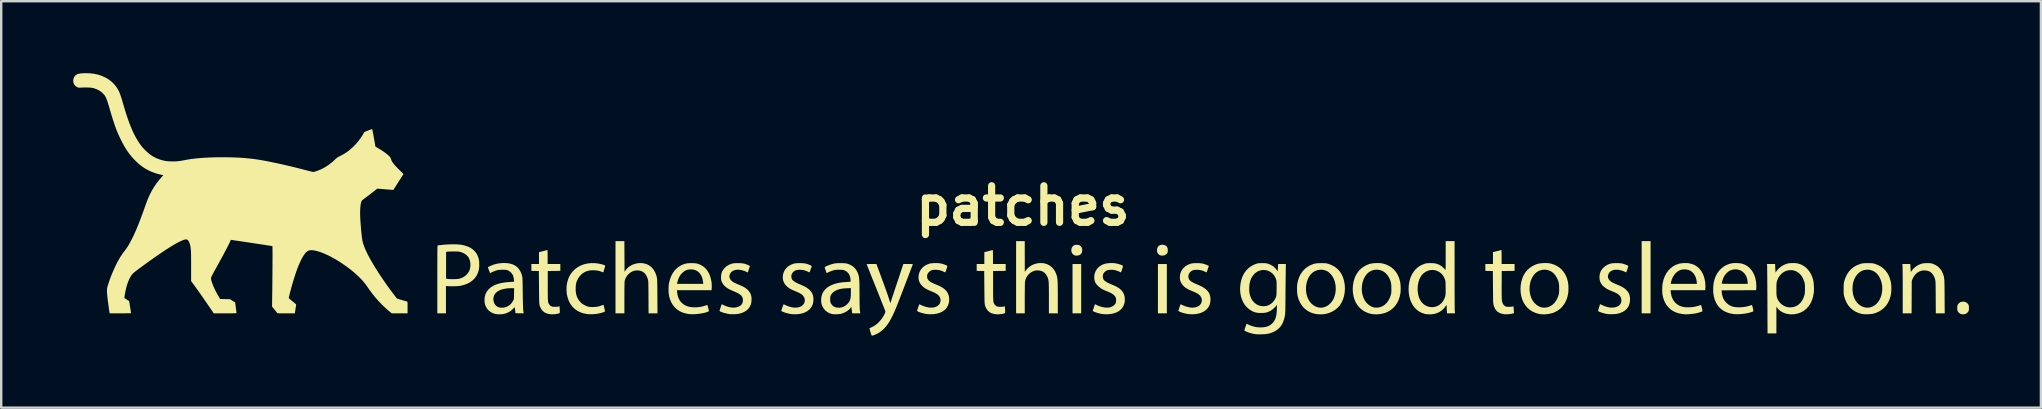
<source format=kicad_pcb>
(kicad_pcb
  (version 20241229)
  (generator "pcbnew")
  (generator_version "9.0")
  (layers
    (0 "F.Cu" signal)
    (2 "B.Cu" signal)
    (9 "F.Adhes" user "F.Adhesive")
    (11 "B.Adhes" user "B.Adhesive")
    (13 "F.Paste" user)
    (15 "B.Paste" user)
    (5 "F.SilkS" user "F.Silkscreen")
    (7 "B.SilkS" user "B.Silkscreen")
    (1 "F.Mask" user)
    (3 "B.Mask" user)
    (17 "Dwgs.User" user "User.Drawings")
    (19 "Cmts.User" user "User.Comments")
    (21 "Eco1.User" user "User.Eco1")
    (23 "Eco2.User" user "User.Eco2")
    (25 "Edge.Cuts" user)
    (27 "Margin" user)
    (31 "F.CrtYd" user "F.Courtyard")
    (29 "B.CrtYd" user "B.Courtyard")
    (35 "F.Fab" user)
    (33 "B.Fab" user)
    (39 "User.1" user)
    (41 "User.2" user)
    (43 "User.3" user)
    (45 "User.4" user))
  (footprint "patches"
    (layer "F.Cu")
    (at 39.577 5.526)
    (property "Reference" "patches" (at 0 0 0) (layer "F.SilkS") (effects (font (size 1.524 1.524) (thickness 0.3))))
    (attr board_only exclude_from_pos_files exclude_from_bom)
    (fp_poly (pts (xy 2.426 4.48) (xy 2.065 4.48) (xy 2.065 2.426) (xy 2.426 2.426)) (stroke (width 0) (type solid)) (fill yes) (layer "F.SilkS"))
    (fp_poly (pts (xy 5.995 4.48) (xy 5.624 4.48) (xy 5.624 2.426) (xy 5.995 2.426)) (stroke (width 0) (type solid)) (fill yes) (layer "F.SilkS"))
    (fp_poly (pts (xy 26.152 4.48) (xy 25.781 4.48) (xy 25.781 1.472) (xy 26.152 1.472)) (stroke (width 0) (type solid)) (fill yes) (layer "F.SilkS"))
    (fp_poly (pts (xy 2.298 1.626) (xy 2.36 1.647) (xy 2.411 1.686) (xy 2.447 1.738) (xy 2.464 1.789) (xy 2.469 1.849) (xy 2.463 1.91) (xy 2.447 1.963) (xy 2.443 1.971) (xy 2.409 2.015) (xy 2.36 2.048) (xy 2.302 2.069) (xy 2.238 2.077) (xy 2.175 2.07) (xy 2.133 2.056) (xy 2.083 2.022) (xy 2.046 1.975) (xy 2.023 1.918) (xy 2.014 1.856) (xy 2.02 1.792) (xy 2.044 1.731) (xy 2.05 1.72) (xy 2.091 1.672) (xy 2.143 1.64) (xy 2.208 1.624) (xy 2.225 1.623)) (stroke (width 0) (type solid)) (fill yes) (layer "F.SilkS"))
    (fp_poly (pts (xy 5.881 1.629) (xy 5.941 1.654) (xy 5.988 1.694) (xy 6.02 1.749) (xy 6.036 1.817) (xy 6.037 1.85) (xy 6.034 1.908) (xy 6.022 1.953) (xy 6 1.99) (xy 5.987 2.006) (xy 5.938 2.043) (xy 5.879 2.067) (xy 5.813 2.076) (xy 5.748 2.071) (xy 5.703 2.056) (xy 5.649 2.021) (xy 5.611 1.972) (xy 5.589 1.911) (xy 5.584 1.837) (xy 5.585 1.824) (xy 5.6 1.755) (xy 5.631 1.699) (xy 5.677 1.657) (xy 5.736 1.63) (xy 5.806 1.621) (xy 5.807 1.621)) (stroke (width 0) (type solid)) (fill yes) (layer "F.SilkS"))
    (fp_poly (pts (xy 39.248 4.002) (xy 39.306 4.026) (xy 39.357 4.065) (xy 39.387 4.104) (xy 39.402 4.13) (xy 39.411 4.153) (xy 39.416 4.179) (xy 39.418 4.214) (xy 39.419 4.258) (xy 39.418 4.307) (xy 39.416 4.341) (xy 39.41 4.366) (xy 39.4 4.389) (xy 39.387 4.412) (xy 39.343 4.464) (xy 39.287 4.5) (xy 39.219 4.52) (xy 39.175 4.523) (xy 39.124 4.519) (xy 39.079 4.506) (xy 39.053 4.494) (xy 39.008 4.466) (xy 38.976 4.432) (xy 38.963 4.412) (xy 38.948 4.386) (xy 38.939 4.363) (xy 38.934 4.337) (xy 38.932 4.302) (xy 38.931 4.258) (xy 38.932 4.209) (xy 38.934 4.175) (xy 38.94 4.15) (xy 38.95 4.128) (xy 38.963 4.104) (xy 39.006 4.054) (xy 39.059 4.018) (xy 39.12 3.998) (xy 39.184 3.992)) (stroke (width 0) (type solid)) (fill yes) (layer "F.SilkS"))
    (fp_poly (pts (xy -16.603 2.748) (xy -16.554 2.679) (xy -16.481 2.594) (xy -16.393 2.523) (xy -16.295 2.465) (xy -16.188 2.423) (xy -16.075 2.396) (xy -15.96 2.385) (xy -15.845 2.391) (xy -15.733 2.414) (xy -15.64 2.45) (xy -15.54 2.509) (xy -15.454 2.584) (xy -15.382 2.675) (xy -15.323 2.782) (xy -15.277 2.905) (xy -15.26 2.971) (xy -15.256 2.991) (xy -15.252 3.011) (xy -15.249 3.033) (xy -15.246 3.059) (xy -15.244 3.09) (xy -15.242 3.128) (xy -15.24 3.175) (xy -15.239 3.232) (xy -15.238 3.302) (xy -15.237 3.385) (xy -15.236 3.485) (xy -15.235 3.601) (xy -15.235 3.737) (xy -15.234 3.773) (xy -15.23 4.48) (xy -15.601 4.48) (xy -15.605 3.811) (xy -15.606 3.675) (xy -15.606 3.558) (xy -15.607 3.459) (xy -15.608 3.376) (xy -15.609 3.308) (xy -15.61 3.252) (xy -15.612 3.206) (xy -15.613 3.17) (xy -15.616 3.141) (xy -15.618 3.118) (xy -15.622 3.098) (xy -15.625 3.081) (xy -15.63 3.064) (xy -15.631 3.06) (xy -15.668 2.955) (xy -15.717 2.868) (xy -15.776 2.798) (xy -15.847 2.746) (xy -15.93 2.711) (xy -15.946 2.707) (xy -16.048 2.691) (xy -16.148 2.695) (xy -16.244 2.72) (xy -16.336 2.765) (xy -16.42 2.829) (xy -16.442 2.85) (xy -16.506 2.927) (xy -16.557 3.012) (xy -16.59 3.102) (xy -16.598 3.134) (xy -16.6 3.157) (xy -16.602 3.2) (xy -16.604 3.261) (xy -16.605 3.34) (xy -16.607 3.434) (xy -16.608 3.543) (xy -16.608 3.665) (xy -16.608 3.8) (xy -16.609 3.836) (xy -16.609 4.48) (xy -16.979 4.48) (xy -16.979 1.472) (xy -16.609 1.472)) (stroke (width 0) (type solid)) (fill yes) (layer "F.SilkS"))
    (fp_poly (pts (xy -1.256 1.853) (xy -1.254 1.882) (xy -1.252 1.926) (xy -1.251 1.984) (xy -1.25 2.052) (xy -1.25 2.127) (xy -1.25 2.134) (xy -1.25 2.426) (xy -0.72 2.426) (xy -0.72 2.711) (xy -1.245 2.717) (xy -1.245 3.337) (xy -1.245 3.474) (xy -1.244 3.592) (xy -1.244 3.692) (xy -1.243 3.777) (xy -1.241 3.847) (xy -1.239 3.904) (xy -1.236 3.951) (xy -1.231 3.988) (xy -1.226 4.019) (xy -1.219 4.043) (xy -1.211 4.064) (xy -1.201 4.083) (xy -1.189 4.101) (xy -1.176 4.118) (xy -1.143 4.156) (xy -1.107 4.183) (xy -1.063 4.199) (xy -1.006 4.208) (xy -0.943 4.21) (xy -0.892 4.208) (xy -0.844 4.205) (xy -0.807 4.201) (xy -0.793 4.198) (xy -0.754 4.186) (xy -0.747 4.304) (xy -0.744 4.355) (xy -0.742 4.399) (xy -0.742 4.433) (xy -0.743 4.448) (xy -0.751 4.466) (xy -0.772 4.48) (xy -0.807 4.492) (xy -0.858 4.503) (xy -0.918 4.511) (xy -1.005 4.52) (xy -1.081 4.521) (xy -1.153 4.515) (xy -1.203 4.507) (xy -1.302 4.48) (xy -1.387 4.436) (xy -1.46 4.375) (xy -1.519 4.298) (xy -1.564 4.205) (xy -1.585 4.14) (xy -1.589 4.124) (xy -1.592 4.105) (xy -1.595 4.081) (xy -1.598 4.05) (xy -1.6 4.011) (xy -1.601 3.963) (xy -1.603 3.903) (xy -1.604 3.829) (xy -1.606 3.741) (xy -1.607 3.636) (xy -1.608 3.514) (xy -1.609 3.395) (xy -1.615 2.717) (xy -1.928 2.711) (xy -1.928 2.426) (xy -1.61 2.426) (xy -1.61 1.933) (xy -1.438 1.888) (xy -1.38 1.873) (xy -1.33 1.86) (xy -1.291 1.85) (xy -1.265 1.844) (xy -1.258 1.843)) (stroke (width 0) (type solid)) (fill yes) (layer "F.SilkS"))
    (fp_poly (pts (xy -19.813 1.853) (xy -19.811 1.882) (xy -19.81 1.926) (xy -19.808 1.984) (xy -19.808 2.052) (xy -19.807 2.127) (xy -19.807 2.134) (xy -19.807 2.426) (xy -19.278 2.426) (xy -19.278 2.711) (xy -19.54 2.714) (xy -19.802 2.717) (xy -19.802 3.337) (xy -19.802 3.474) (xy -19.802 3.592) (xy -19.801 3.692) (xy -19.8 3.777) (xy -19.799 3.847) (xy -19.796 3.904) (xy -19.793 3.951) (xy -19.789 3.988) (xy -19.783 4.019) (xy -19.777 4.043) (xy -19.768 4.064) (xy -19.758 4.083) (xy -19.746 4.101) (xy -19.734 4.118) (xy -19.701 4.156) (xy -19.665 4.183) (xy -19.62 4.199) (xy -19.564 4.208) (xy -19.5 4.21) (xy -19.449 4.208) (xy -19.402 4.205) (xy -19.365 4.201) (xy -19.35 4.198) (xy -19.311 4.186) (xy -19.304 4.304) (xy -19.301 4.355) (xy -19.3 4.399) (xy -19.3 4.433) (xy -19.3 4.448) (xy -19.309 4.466) (xy -19.329 4.48) (xy -19.364 4.492) (xy -19.416 4.503) (xy -19.475 4.511) (xy -19.563 4.52) (xy -19.638 4.521) (xy -19.71 4.515) (xy -19.76 4.507) (xy -19.859 4.48) (xy -19.945 4.436) (xy -20.017 4.375) (xy -20.076 4.298) (xy -20.122 4.205) (xy -20.143 4.14) (xy -20.147 4.124) (xy -20.15 4.105) (xy -20.153 4.081) (xy -20.155 4.05) (xy -20.157 4.011) (xy -20.159 3.963) (xy -20.16 3.903) (xy -20.162 3.829) (xy -20.163 3.741) (xy -20.164 3.636) (xy -20.166 3.514) (xy -20.167 3.395) (xy -20.173 2.717) (xy -20.329 2.714) (xy -20.485 2.711) (xy -20.485 2.426) (xy -20.167 2.426) (xy -20.167 1.933) (xy -19.995 1.888) (xy -19.938 1.873) (xy -19.888 1.86) (xy -19.848 1.85) (xy -19.823 1.844) (xy -19.815 1.843)) (stroke (width 0) (type solid)) (fill yes) (layer "F.SilkS"))
    (fp_poly (pts (xy 0.075 2.11) (xy 0.075 2.749) (xy 0.099 2.718) (xy 0.174 2.628) (xy 0.25 2.555) (xy 0.331 2.497) (xy 0.422 2.45) (xy 0.503 2.42) (xy 0.593 2.397) (xy 0.693 2.386) (xy 0.794 2.386) (xy 0.887 2.397) (xy 0.89 2.398) (xy 1.002 2.432) (xy 1.104 2.484) (xy 1.196 2.553) (xy 1.274 2.637) (xy 1.339 2.736) (xy 1.388 2.846) (xy 1.394 2.865) (xy 1.405 2.901) (xy 1.414 2.935) (xy 1.422 2.969) (xy 1.429 3.006) (xy 1.435 3.046) (xy 1.439 3.092) (xy 1.443 3.145) (xy 1.446 3.208) (xy 1.448 3.282) (xy 1.449 3.368) (xy 1.45 3.469) (xy 1.451 3.587) (xy 1.451 3.723) (xy 1.451 3.816) (xy 1.451 4.48) (xy 1.08 4.48) (xy 1.08 3.846) (xy 1.08 3.701) (xy 1.08 3.575) (xy 1.079 3.466) (xy 1.078 3.373) (xy 1.076 3.295) (xy 1.074 3.229) (xy 1.07 3.174) (xy 1.065 3.127) (xy 1.059 3.088) (xy 1.052 3.054) (xy 1.043 3.024) (xy 1.033 2.995) (xy 1.02 2.967) (xy 1.006 2.938) (xy 0.956 2.854) (xy 0.896 2.788) (xy 0.825 2.74) (xy 0.742 2.709) (xy 0.645 2.694) (xy 0.634 2.693) (xy 0.578 2.691) (xy 0.532 2.695) (xy 0.488 2.704) (xy 0.469 2.71) (xy 0.376 2.749) (xy 0.291 2.805) (xy 0.218 2.875) (xy 0.157 2.956) (xy 0.113 3.047) (xy 0.087 3.143) (xy 0.085 3.152) (xy 0.083 3.177) (xy 0.081 3.222) (xy 0.079 3.284) (xy 0.078 3.362) (xy 0.077 3.453) (xy 0.076 3.557) (xy 0.075 3.671) (xy 0.074 3.793) (xy 0.074 3.853) (xy 0.074 4.48) (xy -0.286 4.48) (xy -0.286 1.472) (xy 0.074 1.472)) (stroke (width 0) (type solid)) (fill yes) (layer "F.SilkS"))
    (fp_poly (pts (xy 19.939 1.853) (xy 19.941 1.882) (xy 19.943 1.926) (xy 19.944 1.984) (xy 19.945 2.052) (xy 19.945 2.127) (xy 19.945 2.134) (xy 19.945 2.426) (xy 20.485 2.426) (xy 20.485 2.711) (xy 19.95 2.717) (xy 19.948 3.294) (xy 19.947 3.427) (xy 19.947 3.54) (xy 19.947 3.636) (xy 19.948 3.716) (xy 19.949 3.782) (xy 19.95 3.836) (xy 19.952 3.88) (xy 19.954 3.914) (xy 19.957 3.943) (xy 19.96 3.96) (xy 19.979 4.038) (xy 20.007 4.1) (xy 20.047 4.148) (xy 20.087 4.178) (xy 20.112 4.193) (xy 20.133 4.202) (xy 20.157 4.207) (xy 20.189 4.209) (xy 20.234 4.21) (xy 20.251 4.21) (xy 20.303 4.208) (xy 20.35 4.205) (xy 20.387 4.201) (xy 20.402 4.198) (xy 20.441 4.186) (xy 20.447 4.267) (xy 20.451 4.318) (xy 20.454 4.371) (xy 20.456 4.411) (xy 20.459 4.474) (xy 20.415 4.487) (xy 20.364 4.499) (xy 20.302 4.508) (xy 20.235 4.516) (xy 20.168 4.52) (xy 20.107 4.521) (xy 20.059 4.518) (xy 20.046 4.516) (xy 19.985 4.504) (xy 19.939 4.493) (xy 19.904 4.482) (xy 19.873 4.47) (xy 19.846 4.457) (xy 19.773 4.411) (xy 19.713 4.351) (xy 19.665 4.276) (xy 19.626 4.184) (xy 19.614 4.143) (xy 19.609 4.126) (xy 19.605 4.109) (xy 19.602 4.09) (xy 19.599 4.067) (xy 19.596 4.04) (xy 19.594 4.005) (xy 19.593 3.962) (xy 19.591 3.908) (xy 19.59 3.842) (xy 19.589 3.762) (xy 19.588 3.666) (xy 19.587 3.554) (xy 19.586 3.422) (xy 19.585 3.389) (xy 19.58 2.717) (xy 19.423 2.714) (xy 19.267 2.711) (xy 19.267 2.426) (xy 19.585 2.426) (xy 19.585 2.179) (xy 19.585 1.933) (xy 19.757 1.888) (xy 19.815 1.873) (xy 19.865 1.86) (xy 19.904 1.85) (xy 19.93 1.844) (xy 19.937 1.843)) (stroke (width 0) (type solid)) (fill yes) (layer "F.SilkS"))
    (fp_poly (pts (xy 37.744 2.39) (xy 37.791 2.391) (xy 37.828 2.395) (xy 37.861 2.402) (xy 37.895 2.411) (xy 37.917 2.418) (xy 38.026 2.466) (xy 38.123 2.529) (xy 38.206 2.609) (xy 38.276 2.705) (xy 38.331 2.816) (xy 38.349 2.865) (xy 38.359 2.894) (xy 38.367 2.922) (xy 38.374 2.948) (xy 38.38 2.977) (xy 38.385 3.008) (xy 38.389 3.045) (xy 38.393 3.087) (xy 38.396 3.139) (xy 38.398 3.2) (xy 38.399 3.274) (xy 38.401 3.361) (xy 38.402 3.463) (xy 38.403 3.583) (xy 38.404 3.721) (xy 38.404 3.773) (xy 38.409 4.48) (xy 38.038 4.48) (xy 38.034 3.811) (xy 38.033 3.675) (xy 38.032 3.558) (xy 38.032 3.459) (xy 38.031 3.376) (xy 38.03 3.308) (xy 38.028 3.252) (xy 38.027 3.206) (xy 38.025 3.17) (xy 38.023 3.141) (xy 38.02 3.118) (xy 38.017 3.098) (xy 38.013 3.081) (xy 38.009 3.064) (xy 38.007 3.058) (xy 37.971 2.957) (xy 37.923 2.87) (xy 37.864 2.8) (xy 37.796 2.748) (xy 37.742 2.722) (xy 37.68 2.705) (xy 37.608 2.695) (xy 37.535 2.692) (xy 37.469 2.698) (xy 37.453 2.701) (xy 37.355 2.735) (xy 37.267 2.787) (xy 37.189 2.856) (xy 37.123 2.94) (xy 37.071 3.039) (xy 37.063 3.059) (xy 37.035 3.13) (xy 37.032 3.805) (xy 37.029 4.48) (xy 36.659 4.48) (xy 36.659 3.572) (xy 36.659 3.432) (xy 36.659 3.296) (xy 36.659 3.165) (xy 36.658 3.042) (xy 36.658 2.928) (xy 36.657 2.825) (xy 36.656 2.735) (xy 36.655 2.659) (xy 36.654 2.6) (xy 36.653 2.56) (xy 36.653 2.545) (xy 36.646 2.426) (xy 36.975 2.426) (xy 36.983 2.585) (xy 36.986 2.641) (xy 36.99 2.688) (xy 36.994 2.725) (xy 36.997 2.746) (xy 36.999 2.749) (xy 37.008 2.744) (xy 37.024 2.724) (xy 37.034 2.708) (xy 37.07 2.659) (xy 37.12 2.605) (xy 37.18 2.553) (xy 37.243 2.506) (xy 37.305 2.47) (xy 37.307 2.469) (xy 37.375 2.438) (xy 37.435 2.416) (xy 37.495 2.401) (xy 37.56 2.393) (xy 37.636 2.389) (xy 37.682 2.389)) (stroke (width 0) (type solid)) (fill yes) (layer "F.SilkS"))
    (fp_poly (pts (xy -23.608 1.606) (xy -23.495 1.614) (xy -23.399 1.625) (xy -23.387 1.627) (xy -23.241 1.661) (xy -23.11 1.708) (xy -22.995 1.768) (xy -22.896 1.842) (xy -22.814 1.929) (xy -22.748 2.029) (xy -22.699 2.142) (xy -22.678 2.216) (xy -22.665 2.287) (xy -22.658 2.372) (xy -22.656 2.462) (xy -22.66 2.55) (xy -22.669 2.63) (xy -22.673 2.656) (xy -22.71 2.785) (xy -22.763 2.901) (xy -22.834 3.005) (xy -22.921 3.096) (xy -23.025 3.175) (xy -23.145 3.241) (xy -23.282 3.293) (xy -23.434 3.332) (xy -23.438 3.333) (xy -23.482 3.339) (xy -23.543 3.345) (xy -23.614 3.349) (xy -23.693 3.352) (xy -23.772 3.353) (xy -23.848 3.353) (xy -23.916 3.351) (xy -23.971 3.347) (xy -23.994 3.345) (xy -24.044 3.337) (xy -24.044 4.48) (xy -24.404 4.48) (xy -24.404 3.066) (xy -24.404 3.035) (xy -24.039 3.035) (xy -23.97 3.047) (xy -23.927 3.053) (xy -23.867 3.056) (xy -23.793 3.057) (xy -23.721 3.056) (xy -23.647 3.054) (xy -23.59 3.051) (xy -23.544 3.047) (xy -23.506 3.041) (xy -23.47 3.032) (xy -23.462 3.03) (xy -23.362 2.994) (xy -23.277 2.947) (xy -23.2 2.885) (xy -23.185 2.871) (xy -23.119 2.792) (xy -23.07 2.705) (xy -23.039 2.609) (xy -23.025 2.501) (xy -23.024 2.457) (xy -23.033 2.344) (xy -23.059 2.243) (xy -23.102 2.154) (xy -23.163 2.077) (xy -23.241 2.013) (xy -23.336 1.96) (xy -23.448 1.921) (xy -23.451 1.92) (xy -23.48 1.913) (xy -23.512 1.908) (xy -23.55 1.905) (xy -23.6 1.903) (xy -23.663 1.902) (xy -23.737 1.902) (xy -23.806 1.903) (xy -23.87 1.904) (xy -23.925 1.907) (xy -23.968 1.909) (xy -23.994 1.913) (xy -23.997 1.913) (xy -24.039 1.923) (xy -24.039 3.035) (xy -24.404 3.035) (xy -24.404 2.895) (xy -24.404 2.73) (xy -24.404 2.572) (xy -24.403 2.422) (xy -24.403 2.282) (xy -24.402 2.153) (xy -24.402 2.035) (xy -24.401 1.931) (xy -24.4 1.842) (xy -24.399 1.768) (xy -24.398 1.712) (xy -24.397 1.673) (xy -24.396 1.654) (xy -24.396 1.652) (xy -24.382 1.651) (xy -24.353 1.648) (xy -24.311 1.642) (xy -24.271 1.637) (xy -24.139 1.622) (xy -24.002 1.612) (xy -23.866 1.606) (xy -23.733 1.604)) (stroke (width 0) (type solid)) (fill yes) (layer "F.SilkS"))
    (fp_poly (pts (xy -13.733 2.39) (xy -13.663 2.394) (xy -13.604 2.402) (xy -13.551 2.415) (xy -13.496 2.435) (xy -13.436 2.461) (xy -13.433 2.463) (xy -13.329 2.522) (xy -13.239 2.598) (xy -13.16 2.69) (xy -13.093 2.799) (xy -13.081 2.823) (xy -13.039 2.926) (xy -13.005 3.043) (xy -12.981 3.166) (xy -12.968 3.289) (xy -12.968 3.404) (xy -12.97 3.424) (xy -12.977 3.517) (xy -14.419 3.517) (xy -14.412 3.597) (xy -14.393 3.725) (xy -14.357 3.839) (xy -14.305 3.94) (xy -14.238 4.026) (xy -14.157 4.098) (xy -14.061 4.155) (xy -13.953 4.197) (xy -13.831 4.222) (xy -13.698 4.232) (xy -13.583 4.227) (xy -13.485 4.217) (xy -13.402 4.204) (xy -13.325 4.186) (xy -13.25 4.162) (xy -13.232 4.156) (xy -13.195 4.144) (xy -13.166 4.135) (xy -13.151 4.133) (xy -13.15 4.133) (xy -13.146 4.145) (xy -13.138 4.173) (xy -13.127 4.213) (xy -13.115 4.262) (xy -13.115 4.264) (xy -13.084 4.39) (xy -13.123 4.408) (xy -13.196 4.437) (xy -13.286 4.462) (xy -13.388 4.483) (xy -13.498 4.499) (xy -13.61 4.511) (xy -13.721 4.517) (xy -13.826 4.517) (xy -13.905 4.512) (xy -14.053 4.487) (xy -14.188 4.446) (xy -14.312 4.387) (xy -14.422 4.312) (xy -14.519 4.222) (xy -14.601 4.116) (xy -14.668 3.996) (xy -14.719 3.863) (xy -14.745 3.76) (xy -14.76 3.663) (xy -14.768 3.554) (xy -14.769 3.44) (xy -14.763 3.328) (xy -14.754 3.252) (xy -14.416 3.252) (xy -13.322 3.252) (xy -13.33 3.177) (xy -13.349 3.058) (xy -13.384 2.952) (xy -13.432 2.86) (xy -13.493 2.784) (xy -13.566 2.724) (xy -13.65 2.681) (xy -13.745 2.655) (xy -13.839 2.648) (xy -13.937 2.656) (xy -14.025 2.679) (xy -14.105 2.72) (xy -14.181 2.781) (xy -14.215 2.814) (xy -14.267 2.874) (xy -14.31 2.939) (xy -14.345 3.011) (xy -14.376 3.094) (xy -14.403 3.194) (xy -14.41 3.223) (xy -14.416 3.252) (xy -14.754 3.252) (xy -14.75 3.227) (xy -14.745 3.201) (xy -14.705 3.048) (xy -14.649 2.909) (xy -14.58 2.784) (xy -14.498 2.676) (xy -14.402 2.584) (xy -14.293 2.508) (xy -14.241 2.479) (xy -14.169 2.446) (xy -14.103 2.422) (xy -14.038 2.405) (xy -13.967 2.395) (xy -13.885 2.39) (xy -13.817 2.389)) (stroke (width 0) (type solid)) (fill yes) (layer "F.SilkS"))
    (fp_poly (pts (xy -17.829 2.39) (xy -17.801 2.393) (xy -17.712 2.404) (xy -17.623 2.42) (xy -17.54 2.44) (xy -17.468 2.463) (xy -17.442 2.473) (xy -17.417 2.486) (xy -17.407 2.498) (xy -17.409 2.513) (xy -17.415 2.533) (xy -17.426 2.567) (xy -17.439 2.612) (xy -17.451 2.651) (xy -17.465 2.697) (xy -17.477 2.735) (xy -17.486 2.761) (xy -17.49 2.77) (xy -17.501 2.769) (xy -17.527 2.761) (xy -17.56 2.748) (xy -17.636 2.721) (xy -17.709 2.703) (xy -17.787 2.692) (xy -17.876 2.687) (xy -17.906 2.686) (xy -17.991 2.688) (xy -18.063 2.695) (xy -18.127 2.708) (xy -18.191 2.73) (xy -18.26 2.76) (xy -18.336 2.805) (xy -18.41 2.867) (xy -18.477 2.94) (xy -18.533 3.019) (xy -18.556 3.061) (xy -18.587 3.13) (xy -18.609 3.192) (xy -18.624 3.254) (xy -18.634 3.324) (xy -18.639 3.407) (xy -18.639 3.417) (xy -18.637 3.554) (xy -18.62 3.676) (xy -18.587 3.787) (xy -18.538 3.887) (xy -18.472 3.979) (xy -18.42 4.034) (xy -18.367 4.081) (xy -18.309 4.119) (xy -18.256 4.147) (xy -18.189 4.177) (xy -18.132 4.197) (xy -18.075 4.21) (xy -18.014 4.217) (xy -17.941 4.219) (xy -17.911 4.219) (xy -17.784 4.211) (xy -17.664 4.188) (xy -17.543 4.147) (xy -17.533 4.143) (xy -17.502 4.131) (xy -17.485 4.127) (xy -17.476 4.131) (xy -17.473 4.139) (xy -17.467 4.161) (xy -17.459 4.195) (xy -17.449 4.238) (xy -17.439 4.283) (xy -17.43 4.327) (xy -17.422 4.364) (xy -17.417 4.391) (xy -17.416 4.401) (xy -17.416 4.401) (xy -17.443 4.417) (xy -17.487 4.435) (xy -17.543 4.453) (xy -17.607 4.471) (xy -17.675 4.486) (xy -17.724 4.496) (xy -17.794 4.506) (xy -17.875 4.513) (xy -17.96 4.517) (xy -18.042 4.518) (xy -18.113 4.515) (xy -18.152 4.512) (xy -18.302 4.484) (xy -18.439 4.438) (xy -18.564 4.377) (xy -18.674 4.299) (xy -18.771 4.206) (xy -18.853 4.099) (xy -18.919 3.977) (xy -18.97 3.842) (xy -19.004 3.693) (xy -19.007 3.671) (xy -19.022 3.51) (xy -19.017 3.351) (xy -18.993 3.198) (xy -18.95 3.051) (xy -18.907 2.95) (xy -18.838 2.829) (xy -18.752 2.722) (xy -18.652 2.627) (xy -18.539 2.548) (xy -18.415 2.483) (xy -18.28 2.434) (xy -18.136 2.402) (xy -17.985 2.387)) (stroke (width 0) (type solid)) (fill yes) (layer "F.SilkS"))
    (fp_poly (pts (xy 12.506 2.39) (xy 12.56 2.391) (xy 12.602 2.393) (xy 12.636 2.397) (xy 12.666 2.402) (xy 12.697 2.41) (xy 12.726 2.419) (xy 12.863 2.471) (xy 12.986 2.538) (xy 13.093 2.62) (xy 13.186 2.716) (xy 13.263 2.828) (xy 13.325 2.953) (xy 13.371 3.093) (xy 13.402 3.246) (xy 13.41 3.314) (xy 13.416 3.467) (xy 13.405 3.618) (xy 13.378 3.763) (xy 13.335 3.902) (xy 13.277 4.03) (xy 13.205 4.144) (xy 13.195 4.157) (xy 13.112 4.249) (xy 13.013 4.331) (xy 12.901 4.4) (xy 12.779 4.456) (xy 12.65 4.496) (xy 12.573 4.512) (xy 12.512 4.518) (xy 12.439 4.521) (xy 12.36 4.521) (xy 12.283 4.517) (xy 12.217 4.511) (xy 12.197 4.507) (xy 12.059 4.472) (xy 11.932 4.418) (xy 11.817 4.348) (xy 11.715 4.261) (xy 11.626 4.159) (xy 11.551 4.042) (xy 11.491 3.911) (xy 11.453 3.793) (xy 11.439 3.723) (xy 11.428 3.638) (xy 11.421 3.545) (xy 11.42 3.504) (xy 11.792 3.504) (xy 11.806 3.63) (xy 11.835 3.755) (xy 11.838 3.764) (xy 11.883 3.879) (xy 11.942 3.981) (xy 12.013 4.068) (xy 12.095 4.139) (xy 12.186 4.193) (xy 12.286 4.228) (xy 12.301 4.232) (xy 12.368 4.243) (xy 12.428 4.245) (xy 12.491 4.238) (xy 12.523 4.232) (xy 12.616 4.203) (xy 12.703 4.155) (xy 12.786 4.088) (xy 12.801 4.073) (xy 12.872 3.992) (xy 12.928 3.904) (xy 12.972 3.805) (xy 12.986 3.765) (xy 13.017 3.641) (xy 13.032 3.517) (xy 13.033 3.393) (xy 13.02 3.273) (xy 12.993 3.157) (xy 12.954 3.049) (xy 12.903 2.95) (xy 12.84 2.863) (xy 12.768 2.788) (xy 12.685 2.73) (xy 12.599 2.69) (xy 12.496 2.666) (xy 12.39 2.662) (xy 12.284 2.677) (xy 12.181 2.713) (xy 12.16 2.723) (xy 12.074 2.778) (xy 11.998 2.849) (xy 11.933 2.935) (xy 11.88 3.033) (xy 11.838 3.141) (xy 11.809 3.257) (xy 11.794 3.379) (xy 11.792 3.504) (xy 11.42 3.504) (xy 11.419 3.45) (xy 11.42 3.36) (xy 11.427 3.282) (xy 11.428 3.271) (xy 11.459 3.12) (xy 11.505 2.98) (xy 11.568 2.852) (xy 11.645 2.738) (xy 11.736 2.638) (xy 11.841 2.553) (xy 11.959 2.484) (xy 12.045 2.447) (xy 12.103 2.427) (xy 12.152 2.412) (xy 12.199 2.402) (xy 12.248 2.395) (xy 12.305 2.391) (xy 12.374 2.39) (xy 12.435 2.389)) (stroke (width 0) (type solid)) (fill yes) (layer "F.SilkS"))
    (fp_poly (pts (xy 14.844 2.385) (xy 14.89 2.388) (xy 14.934 2.394) (xy 14.977 2.402) (xy 15.116 2.441) (xy 15.243 2.497) (xy 15.357 2.569) (xy 15.457 2.657) (xy 15.544 2.76) (xy 15.616 2.877) (xy 15.672 3.007) (xy 15.712 3.15) (xy 15.724 3.21) (xy 15.732 3.284) (xy 15.738 3.37) (xy 15.739 3.46) (xy 15.737 3.547) (xy 15.731 3.623) (xy 15.729 3.638) (xy 15.698 3.791) (xy 15.65 3.931) (xy 15.586 4.059) (xy 15.507 4.172) (xy 15.414 4.271) (xy 15.308 4.355) (xy 15.19 4.422) (xy 15.06 4.473) (xy 14.919 4.506) (xy 14.768 4.521) (xy 14.714 4.522) (xy 14.656 4.52) (xy 14.597 4.516) (xy 14.545 4.511) (xy 14.518 4.506) (xy 14.38 4.469) (xy 14.252 4.413) (xy 14.136 4.34) (xy 14.033 4.252) (xy 13.944 4.148) (xy 13.87 4.031) (xy 13.813 3.903) (xy 13.772 3.76) (xy 13.748 3.61) (xy 13.742 3.485) (xy 14.118 3.485) (xy 14.128 3.604) (xy 14.152 3.721) (xy 14.189 3.833) (xy 14.241 3.938) (xy 14.263 3.974) (xy 14.327 4.054) (xy 14.403 4.123) (xy 14.487 4.18) (xy 14.575 4.22) (xy 14.633 4.236) (xy 14.696 4.243) (xy 14.77 4.241) (xy 14.843 4.232) (xy 14.907 4.216) (xy 14.908 4.216) (xy 15.004 4.172) (xy 15.09 4.11) (xy 15.168 4.031) (xy 15.235 3.935) (xy 15.29 3.826) (xy 15.323 3.733) (xy 15.334 3.697) (xy 15.341 3.665) (xy 15.346 3.634) (xy 15.35 3.597) (xy 15.351 3.552) (xy 15.352 3.492) (xy 15.352 3.453) (xy 15.351 3.361) (xy 15.346 3.284) (xy 15.337 3.218) (xy 15.322 3.157) (xy 15.3 3.096) (xy 15.271 3.029) (xy 15.256 2.998) (xy 15.197 2.9) (xy 15.125 2.817) (xy 15.044 2.751) (xy 14.955 2.703) (xy 14.859 2.672) (xy 14.759 2.66) (xy 14.656 2.666) (xy 14.553 2.693) (xy 14.482 2.724) (xy 14.397 2.778) (xy 14.323 2.849) (xy 14.26 2.933) (xy 14.207 3.03) (xy 14.167 3.135) (xy 14.138 3.248) (xy 14.122 3.365) (xy 14.118 3.485) (xy 13.742 3.485) (xy 13.741 3.456) (xy 13.751 3.303) (xy 13.778 3.153) (xy 13.821 3.01) (xy 13.865 2.908) (xy 13.937 2.786) (xy 14.021 2.68) (xy 14.12 2.59) (xy 14.234 2.514) (xy 14.284 2.488) (xy 14.362 2.452) (xy 14.435 2.425) (xy 14.507 2.407) (xy 14.586 2.395) (xy 14.677 2.388) (xy 14.718 2.386) (xy 14.788 2.385)) (stroke (width 0) (type solid)) (fill yes) (layer "F.SilkS"))
    (fp_poly (pts (xy 21.834 2.385) (xy 21.881 2.388) (xy 21.925 2.394) (xy 21.968 2.402) (xy 22.107 2.441) (xy 22.233 2.497) (xy 22.348 2.569) (xy 22.448 2.657) (xy 22.535 2.76) (xy 22.607 2.877) (xy 22.663 3.007) (xy 22.703 3.15) (xy 22.715 3.21) (xy 22.723 3.284) (xy 22.729 3.37) (xy 22.73 3.46) (xy 22.728 3.547) (xy 22.722 3.623) (xy 22.72 3.638) (xy 22.689 3.791) (xy 22.641 3.931) (xy 22.577 4.059) (xy 22.498 4.172) (xy 22.405 4.271) (xy 22.299 4.355) (xy 22.18 4.422) (xy 22.05 4.473) (xy 21.91 4.506) (xy 21.759 4.521) (xy 21.705 4.522) (xy 21.647 4.52) (xy 21.588 4.516) (xy 21.536 4.511) (xy 21.509 4.506) (xy 21.37 4.469) (xy 21.243 4.413) (xy 21.127 4.34) (xy 21.024 4.252) (xy 20.935 4.148) (xy 20.861 4.031) (xy 20.804 3.903) (xy 20.763 3.76) (xy 20.739 3.61) (xy 20.733 3.485) (xy 21.109 3.485) (xy 21.119 3.604) (xy 21.143 3.721) (xy 21.18 3.833) (xy 21.232 3.938) (xy 21.254 3.974) (xy 21.318 4.054) (xy 21.394 4.123) (xy 21.478 4.18) (xy 21.566 4.22) (xy 21.624 4.236) (xy 21.687 4.243) (xy 21.76 4.241) (xy 21.834 4.232) (xy 21.898 4.216) (xy 21.899 4.216) (xy 21.994 4.172) (xy 22.081 4.11) (xy 22.159 4.031) (xy 22.226 3.935) (xy 22.281 3.826) (xy 22.314 3.733) (xy 22.324 3.697) (xy 22.332 3.665) (xy 22.337 3.634) (xy 22.34 3.597) (xy 22.342 3.552) (xy 22.343 3.492) (xy 22.343 3.453) (xy 22.342 3.361) (xy 22.337 3.284) (xy 22.328 3.218) (xy 22.313 3.157) (xy 22.291 3.096) (xy 22.262 3.029) (xy 22.247 2.998) (xy 22.187 2.9) (xy 22.116 2.817) (xy 22.035 2.751) (xy 21.946 2.703) (xy 21.85 2.672) (xy 21.75 2.66) (xy 21.647 2.666) (xy 21.544 2.693) (xy 21.472 2.724) (xy 21.388 2.778) (xy 21.314 2.849) (xy 21.25 2.933) (xy 21.198 3.03) (xy 21.157 3.135) (xy 21.129 3.248) (xy 21.113 3.365) (xy 21.109 3.485) (xy 20.733 3.485) (xy 20.732 3.456) (xy 20.742 3.303) (xy 20.769 3.153) (xy 20.812 3.01) (xy 20.856 2.908) (xy 20.927 2.786) (xy 21.012 2.68) (xy 21.111 2.59) (xy 21.225 2.514) (xy 21.274 2.488) (xy 21.353 2.452) (xy 21.426 2.425) (xy 21.498 2.407) (xy 21.577 2.395) (xy 21.668 2.388) (xy 21.709 2.386) (xy 21.779 2.385)) (stroke (width 0) (type solid)) (fill yes) (layer "F.SilkS"))
    (fp_poly (pts (xy 27.665 2.386) (xy 27.739 2.392) (xy 27.749 2.394) (xy 27.877 2.424) (xy 27.992 2.471) (xy 28.095 2.535) (xy 28.185 2.617) (xy 28.263 2.715) (xy 28.328 2.83) (xy 28.357 2.898) (xy 28.393 3.011) (xy 28.42 3.134) (xy 28.435 3.259) (xy 28.439 3.379) (xy 28.435 3.436) (xy 28.428 3.517) (xy 26.986 3.517) (xy 26.993 3.595) (xy 27.013 3.718) (xy 27.049 3.831) (xy 27.1 3.932) (xy 27.165 4.02) (xy 27.244 4.093) (xy 27.323 4.144) (xy 27.399 4.179) (xy 27.472 4.204) (xy 27.548 4.22) (xy 27.634 4.228) (xy 27.714 4.23) (xy 27.856 4.224) (xy 27.986 4.207) (xy 28.108 4.178) (xy 28.158 4.162) (xy 28.199 4.149) (xy 28.232 4.139) (xy 28.253 4.135) (xy 28.257 4.135) (xy 28.261 4.147) (xy 28.269 4.175) (xy 28.279 4.215) (xy 28.291 4.264) (xy 28.292 4.265) (xy 28.305 4.323) (xy 28.312 4.363) (xy 28.313 4.387) (xy 28.31 4.398) (xy 28.309 4.398) (xy 28.288 4.408) (xy 28.251 4.421) (xy 28.204 4.436) (xy 28.151 4.452) (xy 28.097 4.467) (xy 28.047 4.479) (xy 28.016 4.485) (xy 27.968 4.493) (xy 27.908 4.5) (xy 27.841 4.508) (xy 27.773 4.514) (xy 27.71 4.518) (xy 27.657 4.521) (xy 27.624 4.521) (xy 27.596 4.52) (xy 27.554 4.516) (xy 27.508 4.512) (xy 27.503 4.512) (xy 27.355 4.488) (xy 27.219 4.446) (xy 27.096 4.388) (xy 26.985 4.314) (xy 26.889 4.224) (xy 26.806 4.119) (xy 26.739 4.001) (xy 26.688 3.869) (xy 26.653 3.724) (xy 26.649 3.702) (xy 26.642 3.631) (xy 26.638 3.547) (xy 26.637 3.457) (xy 26.641 3.367) (xy 26.647 3.286) (xy 26.652 3.252) (xy 26.992 3.252) (xy 28.083 3.252) (xy 28.076 3.176) (xy 28.066 3.099) (xy 28.051 3.034) (xy 28.029 2.969) (xy 28.011 2.929) (xy 27.96 2.84) (xy 27.895 2.767) (xy 27.818 2.711) (xy 27.729 2.672) (xy 27.631 2.652) (xy 27.567 2.648) (xy 27.468 2.656) (xy 27.38 2.68) (xy 27.299 2.722) (xy 27.221 2.783) (xy 27.215 2.789) (xy 27.144 2.869) (xy 27.083 2.964) (xy 27.036 3.071) (xy 27.004 3.184) (xy 27.001 3.2) (xy 26.992 3.252) (xy 26.652 3.252) (xy 26.654 3.234) (xy 26.69 3.083) (xy 26.74 2.944) (xy 26.806 2.819) (xy 26.884 2.707) (xy 26.976 2.61) (xy 27.08 2.529) (xy 27.194 2.464) (xy 27.32 2.418) (xy 27.336 2.413) (xy 27.407 2.399) (xy 27.49 2.39) (xy 27.579 2.385)) (stroke (width 0) (type solid)) (fill yes) (layer "F.SilkS"))
    (fp_poly (pts (xy 35.208 2.389) (xy 35.279 2.39) (xy 35.333 2.391) (xy 35.375 2.393) (xy 35.409 2.397) (xy 35.439 2.402) (xy 35.471 2.41) (xy 35.498 2.419) (xy 35.635 2.47) (xy 35.757 2.537) (xy 35.864 2.62) (xy 35.957 2.717) (xy 36.036 2.831) (xy 36.072 2.897) (xy 36.123 3.023) (xy 36.16 3.161) (xy 36.182 3.307) (xy 36.188 3.458) (xy 36.179 3.609) (xy 36.153 3.757) (xy 36.147 3.783) (xy 36.101 3.924) (xy 36.038 4.052) (xy 35.96 4.166) (xy 35.866 4.266) (xy 35.757 4.352) (xy 35.635 4.422) (xy 35.499 4.475) (xy 35.46 4.487) (xy 35.391 4.502) (xy 35.309 4.512) (xy 35.219 4.519) (xy 35.13 4.52) (xy 35.047 4.517) (xy 34.977 4.509) (xy 34.97 4.508) (xy 34.83 4.471) (xy 34.702 4.416) (xy 34.587 4.345) (xy 34.484 4.258) (xy 34.395 4.155) (xy 34.321 4.036) (xy 34.261 3.903) (xy 34.225 3.793) (xy 34.216 3.758) (xy 34.209 3.727) (xy 34.204 3.696) (xy 34.201 3.661) (xy 34.199 3.618) (xy 34.198 3.564) (xy 34.198 3.493) (xy 34.198 3.487) (xy 34.567 3.487) (xy 34.574 3.592) (xy 34.588 3.685) (xy 34.592 3.702) (xy 34.631 3.823) (xy 34.684 3.932) (xy 34.749 4.026) (xy 34.827 4.106) (xy 34.914 4.168) (xy 35.011 4.213) (xy 35.076 4.232) (xy 35.142 4.243) (xy 35.202 4.245) (xy 35.265 4.238) (xy 35.296 4.232) (xy 35.394 4.201) (xy 35.483 4.152) (xy 35.563 4.088) (xy 35.632 4.009) (xy 35.691 3.919) (xy 35.739 3.819) (xy 35.774 3.71) (xy 35.798 3.596) (xy 35.807 3.477) (xy 35.804 3.355) (xy 35.785 3.234) (xy 35.752 3.113) (xy 35.705 3.001) (xy 35.646 2.901) (xy 35.574 2.818) (xy 35.491 2.751) (xy 35.399 2.701) (xy 35.298 2.671) (xy 35.24 2.662) (xy 35.133 2.663) (xy 35.032 2.682) (xy 34.937 2.721) (xy 34.85 2.777) (xy 34.772 2.85) (xy 34.704 2.939) (xy 34.648 3.043) (xy 34.604 3.16) (xy 34.597 3.186) (xy 34.579 3.277) (xy 34.569 3.38) (xy 34.567 3.487) (xy 34.198 3.487) (xy 34.198 3.464) (xy 34.198 3.387) (xy 34.199 3.327) (xy 34.201 3.28) (xy 34.204 3.243) (xy 34.208 3.21) (xy 34.214 3.179) (xy 34.223 3.145) (xy 34.226 3.133) (xy 34.275 2.987) (xy 34.339 2.856) (xy 34.418 2.739) (xy 34.511 2.637) (xy 34.619 2.551) (xy 34.74 2.481) (xy 34.874 2.428) (xy 34.922 2.413) (xy 34.958 2.405) (xy 34.99 2.398) (xy 35.025 2.394) (xy 35.066 2.391) (xy 35.119 2.39) (xy 35.187 2.389)) (stroke (width 0) (type solid)) (fill yes) (layer "F.SilkS"))
    (fp_poly (pts (xy 3.846 2.395) (xy 3.942 2.414) (xy 4.041 2.444) (xy 4.051 2.448) (xy 4.101 2.466) (xy 4.136 2.48) (xy 4.157 2.495) (xy 4.165 2.514) (xy 4.163 2.541) (xy 4.152 2.581) (xy 4.133 2.636) (xy 4.132 2.641) (xy 4.115 2.69) (xy 4.101 2.731) (xy 4.09 2.761) (xy 4.084 2.775) (xy 4.084 2.775) (xy 4.074 2.771) (xy 4.049 2.76) (xy 4.014 2.744) (xy 4.003 2.739) (xy 3.912 2.702) (xy 3.828 2.679) (xy 3.74 2.667) (xy 3.681 2.665) (xy 3.602 2.668) (xy 3.537 2.678) (xy 3.483 2.699) (xy 3.434 2.73) (xy 3.415 2.746) (xy 3.368 2.798) (xy 3.339 2.853) (xy 3.327 2.918) (xy 3.326 2.939) (xy 3.33 2.99) (xy 3.341 3.035) (xy 3.362 3.076) (xy 3.394 3.114) (xy 3.439 3.15) (xy 3.498 3.187) (xy 3.574 3.226) (xy 3.668 3.267) (xy 3.718 3.288) (xy 3.775 3.312) (xy 3.833 3.338) (xy 3.884 3.363) (xy 3.922 3.382) (xy 4.023 3.448) (xy 4.105 3.522) (xy 4.168 3.604) (xy 4.212 3.695) (xy 4.238 3.795) (xy 4.244 3.856) (xy 4.243 3.974) (xy 4.222 4.082) (xy 4.183 4.181) (xy 4.125 4.27) (xy 4.083 4.317) (xy 4.003 4.383) (xy 3.906 4.437) (xy 3.796 4.478) (xy 3.675 4.505) (xy 3.544 4.519) (xy 3.405 4.518) (xy 3.326 4.511) (xy 3.221 4.494) (xy 3.115 4.467) (xy 3.018 4.434) (xy 2.985 4.42) (xy 2.904 4.383) (xy 2.951 4.245) (xy 2.968 4.194) (xy 2.983 4.151) (xy 2.994 4.12) (xy 3.001 4.104) (xy 3.002 4.102) (xy 3.012 4.105) (xy 3.036 4.115) (xy 3.063 4.13) (xy 3.1 4.148) (xy 3.148 4.169) (xy 3.199 4.188) (xy 3.215 4.193) (xy 3.334 4.226) (xy 3.445 4.242) (xy 3.548 4.242) (xy 3.641 4.226) (xy 3.723 4.194) (xy 3.791 4.146) (xy 3.791 4.146) (xy 3.835 4.1) (xy 3.863 4.054) (xy 3.878 4) (xy 3.882 3.935) (xy 3.878 3.872) (xy 3.865 3.822) (xy 3.84 3.777) (xy 3.8 3.731) (xy 3.784 3.716) (xy 3.738 3.679) (xy 3.682 3.643) (xy 3.612 3.608) (xy 3.526 3.572) (xy 3.502 3.563) (xy 3.397 3.519) (xy 3.308 3.476) (xy 3.233 3.429) (xy 3.167 3.377) (xy 3.129 3.342) (xy 3.07 3.278) (xy 3.029 3.223) (xy 3.016 3.199) (xy 2.983 3.103) (xy 2.968 3.003) (xy 2.973 2.902) (xy 2.995 2.803) (xy 3.034 2.709) (xy 3.089 2.624) (xy 3.16 2.55) (xy 3.17 2.541) (xy 3.248 2.486) (xy 3.33 2.444) (xy 3.418 2.414) (xy 3.518 2.396) (xy 3.633 2.386) (xy 3.745 2.386)) (stroke (width 0) (type solid)) (fill yes) (layer "F.SilkS"))
    (fp_poly (pts (xy 29.765 2.387) (xy 29.841 2.392) (xy 29.91 2.4) (xy 29.96 2.41) (xy 30.076 2.451) (xy 30.181 2.51) (xy 30.275 2.586) (xy 30.356 2.677) (xy 30.425 2.782) (xy 30.48 2.9) (xy 30.521 3.03) (xy 30.548 3.171) (xy 30.558 3.322) (xy 30.558 3.346) (xy 30.558 3.397) (xy 30.556 3.442) (xy 30.554 3.476) (xy 30.552 3.493) (xy 30.545 3.516) (xy 29.829 3.519) (xy 29.113 3.522) (xy 29.116 3.591) (xy 29.128 3.683) (xy 29.153 3.779) (xy 29.187 3.871) (xy 29.193 3.885) (xy 29.228 3.943) (xy 29.276 4.003) (xy 29.334 4.061) (xy 29.394 4.112) (xy 29.453 4.15) (xy 29.453 4.15) (xy 29.523 4.182) (xy 29.593 4.205) (xy 29.669 4.22) (xy 29.757 4.227) (xy 29.838 4.229) (xy 29.97 4.225) (xy 30.089 4.21) (xy 30.201 4.186) (xy 30.282 4.161) (xy 30.322 4.148) (xy 30.355 4.139) (xy 30.375 4.137) (xy 30.378 4.138) (xy 30.385 4.153) (xy 30.394 4.183) (xy 30.404 4.222) (xy 30.415 4.267) (xy 30.424 4.312) (xy 30.431 4.351) (xy 30.435 4.381) (xy 30.435 4.396) (xy 30.435 4.397) (xy 30.421 4.403) (xy 30.393 4.415) (xy 30.354 4.429) (xy 30.33 4.437) (xy 30.234 4.463) (xy 30.124 4.485) (xy 30.006 4.502) (xy 29.887 4.513) (xy 29.772 4.518) (xy 29.669 4.515) (xy 29.637 4.513) (xy 29.489 4.489) (xy 29.353 4.449) (xy 29.229 4.395) (xy 29.119 4.325) (xy 29.024 4.241) (xy 28.964 4.172) (xy 28.889 4.054) (xy 28.83 3.924) (xy 28.79 3.783) (xy 28.766 3.629) (xy 28.761 3.548) (xy 28.763 3.374) (xy 28.779 3.232) (xy 29.118 3.232) (xy 29.119 3.236) (xy 29.122 3.24) (xy 29.129 3.243) (xy 29.142 3.246) (xy 29.163 3.248) (xy 29.193 3.249) (xy 29.234 3.25) (xy 29.287 3.251) (xy 29.355 3.251) (xy 29.44 3.252) (xy 29.541 3.252) (xy 29.66 3.252) (xy 30.201 3.252) (xy 30.195 3.164) (xy 30.178 3.05) (xy 30.145 2.948) (xy 30.094 2.858) (xy 30.041 2.793) (xy 29.967 2.73) (xy 29.882 2.684) (xy 29.791 2.656) (xy 29.695 2.647) (xy 29.596 2.655) (xy 29.499 2.683) (xy 29.446 2.706) (xy 29.393 2.741) (xy 29.336 2.79) (xy 29.282 2.847) (xy 29.236 2.909) (xy 29.211 2.95) (xy 29.192 2.991) (xy 29.172 3.041) (xy 29.153 3.095) (xy 29.136 3.148) (xy 29.124 3.193) (xy 29.118 3.226) (xy 29.118 3.232) (xy 28.779 3.232) (xy 28.782 3.212) (xy 28.818 3.061) (xy 28.871 2.923) (xy 28.941 2.796) (xy 29.028 2.683) (xy 29.084 2.625) (xy 29.189 2.539) (xy 29.304 2.472) (xy 29.43 2.422) (xy 29.555 2.393) (xy 29.615 2.387) (xy 29.687 2.385)) (stroke (width 0) (type solid)) (fill yes) (layer "F.SilkS"))
    (fp_poly (pts (xy -3.559 2.387) (xy -3.45 2.398) (xy -3.347 2.422) (xy -3.256 2.453) (xy -3.21 2.471) (xy -3.178 2.485) (xy -3.16 2.5) (xy -3.153 2.519) (xy -3.157 2.547) (xy -3.17 2.587) (xy -3.188 2.64) (xy -3.205 2.689) (xy -3.22 2.73) (xy -3.23 2.759) (xy -3.236 2.773) (xy -3.236 2.773) (xy -3.247 2.771) (xy -3.271 2.761) (xy -3.305 2.745) (xy -3.317 2.74) (xy -3.409 2.701) (xy -3.497 2.678) (xy -3.59 2.666) (xy -3.638 2.665) (xy -3.718 2.668) (xy -3.782 2.679) (xy -3.837 2.699) (xy -3.885 2.731) (xy -3.903 2.745) (xy -3.952 2.797) (xy -3.982 2.852) (xy -3.996 2.914) (xy -3.997 2.939) (xy -3.991 2.999) (xy -3.971 3.053) (xy -3.937 3.101) (xy -3.887 3.147) (xy -3.82 3.19) (xy -3.733 3.233) (xy -3.69 3.252) (xy -3.635 3.275) (xy -3.577 3.299) (xy -3.525 3.321) (xy -3.506 3.329) (xy -3.428 3.367) (xy -3.349 3.414) (xy -3.278 3.465) (xy -3.221 3.516) (xy -3.219 3.517) (xy -3.159 3.594) (xy -3.115 3.68) (xy -3.087 3.775) (xy -3.074 3.873) (xy -3.077 3.973) (xy -3.095 4.071) (xy -3.129 4.163) (xy -3.177 4.248) (xy -3.24 4.322) (xy -3.272 4.35) (xy -3.369 4.414) (xy -3.481 4.463) (xy -3.604 4.497) (xy -3.738 4.516) (xy -3.881 4.519) (xy -3.995 4.511) (xy -4.055 4.502) (xy -4.119 4.489) (xy -4.184 4.472) (xy -4.247 4.454) (xy -4.303 4.435) (xy -4.351 4.416) (xy -4.387 4.398) (xy -4.408 4.382) (xy -4.412 4.371) (xy -4.394 4.315) (xy -4.376 4.259) (xy -4.359 4.206) (xy -4.343 4.161) (xy -4.331 4.128) (xy -4.324 4.109) (xy -4.322 4.107) (xy -4.31 4.107) (xy -4.285 4.117) (xy -4.257 4.13) (xy -4.191 4.161) (xy -4.112 4.19) (xy -4.027 4.215) (xy -3.946 4.233) (xy -3.918 4.238) (xy -3.817 4.244) (xy -3.725 4.236) (xy -3.642 4.214) (xy -3.57 4.179) (xy -3.512 4.132) (xy -3.468 4.074) (xy -3.442 4.006) (xy -3.435 3.967) (xy -3.437 3.891) (xy -3.459 3.818) (xy -3.499 3.754) (xy -3.511 3.741) (xy -3.545 3.708) (xy -3.584 3.678) (xy -3.63 3.649) (xy -3.688 3.619) (xy -3.761 3.587) (xy -3.826 3.56) (xy -3.927 3.516) (xy -4.011 3.475) (xy -4.081 3.435) (xy -4.141 3.392) (xy -4.193 3.346) (xy -4.198 3.341) (xy -4.267 3.261) (xy -4.315 3.174) (xy -4.344 3.08) (xy -4.353 2.978) (xy -4.353 2.977) (xy -4.343 2.868) (xy -4.313 2.767) (xy -4.266 2.674) (xy -4.202 2.591) (xy -4.122 2.52) (xy -4.028 2.462) (xy -3.92 2.418) (xy -3.893 2.41) (xy -3.851 2.401) (xy -3.794 2.394) (xy -3.727 2.389) (xy -3.681 2.387)) (stroke (width 0) (type solid)) (fill yes) (layer "F.SilkS"))
    (fp_poly (pts (xy -9.263 2.388) (xy -9.182 2.392) (xy -9.108 2.399) (xy -9.047 2.409) (xy -9.031 2.413) (xy -8.986 2.427) (xy -8.938 2.444) (xy -8.892 2.462) (xy -8.851 2.48) (xy -8.821 2.496) (xy -8.804 2.508) (xy -8.802 2.511) (xy -8.805 2.523) (xy -8.814 2.551) (xy -8.827 2.589) (xy -8.842 2.632) (xy -8.857 2.677) (xy -8.872 2.718) (xy -8.884 2.751) (xy -8.891 2.77) (xy -8.893 2.773) (xy -8.903 2.771) (xy -8.927 2.761) (xy -8.961 2.745) (xy -8.973 2.74) (xy -9.065 2.701) (xy -9.153 2.678) (xy -9.246 2.666) (xy -9.295 2.665) (xy -9.377 2.668) (xy -9.444 2.68) (xy -9.5 2.702) (xy -9.549 2.735) (xy -9.562 2.747) (xy -9.61 2.8) (xy -9.639 2.854) (xy -9.652 2.914) (xy -9.653 2.939) (xy -9.649 2.991) (xy -9.636 3.037) (xy -9.613 3.079) (xy -9.577 3.119) (xy -9.527 3.157) (xy -9.462 3.196) (xy -9.38 3.237) (xy -9.28 3.28) (xy -9.245 3.294) (xy -9.117 3.352) (xy -9.009 3.413) (xy -8.92 3.478) (xy -8.85 3.549) (xy -8.796 3.626) (xy -8.759 3.71) (xy -8.744 3.768) (xy -8.731 3.871) (xy -8.734 3.975) (xy -8.752 4.076) (xy -8.785 4.167) (xy -8.786 4.169) (xy -8.841 4.257) (xy -8.912 4.333) (xy -8.998 4.397) (xy -9.098 4.448) (xy -9.211 4.486) (xy -9.335 4.51) (xy -9.469 4.52) (xy -9.61 4.515) (xy -9.651 4.511) (xy -9.711 4.502) (xy -9.774 4.489) (xy -9.839 4.473) (xy -9.901 4.455) (xy -9.958 4.435) (xy -10.007 4.416) (xy -10.043 4.398) (xy -10.066 4.383) (xy -10.07 4.371) (xy -10.065 4.356) (xy -10.055 4.326) (xy -10.042 4.285) (xy -10.026 4.237) (xy -10.01 4.189) (xy -9.995 4.149) (xy -9.984 4.12) (xy -9.978 4.107) (xy -9.978 4.107) (xy -9.966 4.107) (xy -9.941 4.116) (xy -9.922 4.126) (xy -9.856 4.158) (xy -9.777 4.188) (xy -9.692 4.213) (xy -9.609 4.232) (xy -9.604 4.233) (xy -9.502 4.244) (xy -9.409 4.239) (xy -9.316 4.219) (xy -9.301 4.214) (xy -9.229 4.181) (xy -9.172 4.134) (xy -9.129 4.078) (xy -9.101 4.014) (xy -9.09 3.946) (xy -9.096 3.877) (xy -9.121 3.809) (xy -9.164 3.746) (xy -9.166 3.743) (xy -9.199 3.71) (xy -9.236 3.681) (xy -9.281 3.652) (xy -9.337 3.623) (xy -9.407 3.591) (xy -9.482 3.56) (xy -9.543 3.534) (xy -9.604 3.506) (xy -9.659 3.48) (xy -9.702 3.457) (xy -9.713 3.451) (xy -9.809 3.384) (xy -9.887 3.308) (xy -9.947 3.224) (xy -9.987 3.132) (xy -10.007 3.035) (xy -10.009 2.983) (xy -9.999 2.872) (xy -9.97 2.769) (xy -9.923 2.675) (xy -9.859 2.592) (xy -9.778 2.52) (xy -9.683 2.461) (xy -9.573 2.417) (xy -9.544 2.408) (xy -9.491 2.398) (xy -9.423 2.391) (xy -9.345 2.388)) (stroke (width 0) (type solid)) (fill yes) (layer "F.SilkS"))
    (fp_poly (pts (xy 7.282 2.388) (xy 7.363 2.392) (xy 7.437 2.399) (xy 7.498 2.409) (xy 7.514 2.413) (xy 7.558 2.427) (xy 7.606 2.444) (xy 7.652 2.462) (xy 7.692 2.48) (xy 7.724 2.495) (xy 7.741 2.507) (xy 7.743 2.511) (xy 7.74 2.523) (xy 7.731 2.55) (xy 7.718 2.588) (xy 7.703 2.631) (xy 7.688 2.676) (xy 7.673 2.717) (xy 7.661 2.75) (xy 7.654 2.77) (xy 7.652 2.773) (xy 7.642 2.771) (xy 7.618 2.761) (xy 7.583 2.745) (xy 7.572 2.74) (xy 7.48 2.701) (xy 7.392 2.678) (xy 7.299 2.666) (xy 7.25 2.665) (xy 7.168 2.668) (xy 7.101 2.68) (xy 7.045 2.702) (xy 6.996 2.735) (xy 6.983 2.747) (xy 6.935 2.8) (xy 6.906 2.854) (xy 6.893 2.914) (xy 6.892 2.939) (xy 6.896 2.991) (xy 6.909 3.037) (xy 6.932 3.079) (xy 6.968 3.119) (xy 7.018 3.157) (xy 7.083 3.196) (xy 7.165 3.237) (xy 7.265 3.28) (xy 7.3 3.294) (xy 7.428 3.352) (xy 7.536 3.413) (xy 7.625 3.478) (xy 7.695 3.549) (xy 7.749 3.626) (xy 7.786 3.71) (xy 7.801 3.768) (xy 7.814 3.871) (xy 7.811 3.975) (xy 7.793 4.076) (xy 7.76 4.167) (xy 7.759 4.169) (xy 7.704 4.257) (xy 7.633 4.333) (xy 7.547 4.397) (xy 7.447 4.448) (xy 7.334 4.486) (xy 7.21 4.51) (xy 7.076 4.52) (xy 6.935 4.515) (xy 6.894 4.511) (xy 6.834 4.502) (xy 6.771 4.489) (xy 6.706 4.473) (xy 6.644 4.455) (xy 6.587 4.435) (xy 6.538 4.416) (xy 6.502 4.398) (xy 6.479 4.383) (xy 6.475 4.371) (xy 6.48 4.356) (xy 6.49 4.326) (xy 6.503 4.285) (xy 6.519 4.237) (xy 6.535 4.189) (xy 6.55 4.149) (xy 6.561 4.12) (xy 6.567 4.107) (xy 6.567 4.107) (xy 6.579 4.107) (xy 6.604 4.116) (xy 6.623 4.126) (xy 6.689 4.158) (xy 6.768 4.188) (xy 6.853 4.213) (xy 6.936 4.232) (xy 6.941 4.233) (xy 7.043 4.244) (xy 7.136 4.239) (xy 7.228 4.219) (xy 7.244 4.214) (xy 7.316 4.181) (xy 7.373 4.134) (xy 7.416 4.078) (xy 7.444 4.014) (xy 7.455 3.946) (xy 7.449 3.877) (xy 7.424 3.809) (xy 7.381 3.746) (xy 7.378 3.743) (xy 7.346 3.71) (xy 7.309 3.681) (xy 7.264 3.652) (xy 7.208 3.623) (xy 7.138 3.591) (xy 7.063 3.56) (xy 7.002 3.534) (xy 6.941 3.506) (xy 6.886 3.48) (xy 6.843 3.457) (xy 6.832 3.451) (xy 6.736 3.384) (xy 6.658 3.308) (xy 6.598 3.224) (xy 6.558 3.132) (xy 6.538 3.035) (xy 6.536 2.983) (xy 6.546 2.872) (xy 6.575 2.769) (xy 6.622 2.675) (xy 6.686 2.592) (xy 6.767 2.52) (xy 6.862 2.461) (xy 6.972 2.417) (xy 7.001 2.408) (xy 7.054 2.398) (xy 7.122 2.391) (xy 7.2 2.388)) (stroke (width 0) (type solid)) (fill yes) (layer "F.SilkS"))
    (fp_poly (pts (xy -4.714 2.426) (xy -4.663 2.426) (xy -4.628 2.427) (xy -4.606 2.43) (xy -4.594 2.433) (xy -4.59 2.438) (xy -4.592 2.444) (xy -4.596 2.457) (xy -4.608 2.488) (xy -4.626 2.535) (xy -4.651 2.598) (xy -4.68 2.674) (xy -4.714 2.763) (xy -4.752 2.862) (xy -4.793 2.97) (xy -4.837 3.086) (xy -4.884 3.207) (xy -4.899 3.246) (xy -4.962 3.411) (xy -5.017 3.556) (xy -5.067 3.685) (xy -5.11 3.799) (xy -5.149 3.898) (xy -5.182 3.984) (xy -5.212 4.06) (xy -5.237 4.125) (xy -5.26 4.182) (xy -5.28 4.232) (xy -5.299 4.277) (xy -5.316 4.318) (xy -5.332 4.356) (xy -5.348 4.392) (xy -5.364 4.429) (xy -5.382 4.467) (xy -5.383 4.47) (xy -5.462 4.636) (xy -5.541 4.782) (xy -5.621 4.91) (xy -5.703 5.022) (xy -5.789 5.118) (xy -5.88 5.201) (xy -5.976 5.273) (xy -6.081 5.333) (xy -6.096 5.341) (xy -6.142 5.362) (xy -6.191 5.382) (xy -6.237 5.399) (xy -6.276 5.409) (xy -6.297 5.413) (xy -6.305 5.403) (xy -6.316 5.376) (xy -6.331 5.337) (xy -6.347 5.287) (xy -6.356 5.259) (xy -6.371 5.206) (xy -6.384 5.16) (xy -6.393 5.125) (xy -6.397 5.105) (xy -6.397 5.102) (xy -6.386 5.097) (xy -6.36 5.085) (xy -6.326 5.07) (xy -6.324 5.069) (xy -6.208 5.01) (xy -6.098 4.932) (xy -5.995 4.838) (xy -5.902 4.731) (xy -5.823 4.614) (xy -5.771 4.517) (xy -5.75 4.47) (xy -5.738 4.436) (xy -5.734 4.411) (xy -5.736 4.393) (xy -5.741 4.378) (xy -5.753 4.345) (xy -5.772 4.296) (xy -5.798 4.231) (xy -5.829 4.152) (xy -5.865 4.06) (xy -5.906 3.957) (xy -5.951 3.844) (xy -5.999 3.722) (xy -6.05 3.593) (xy -6.104 3.459) (xy -6.129 3.398) (xy -6.183 3.262) (xy -6.235 3.132) (xy -6.285 3.009) (xy -6.331 2.894) (xy -6.373 2.788) (xy -6.41 2.694) (xy -6.443 2.612) (xy -6.47 2.544) (xy -6.491 2.49) (xy -6.506 2.453) (xy -6.513 2.434) (xy -6.514 2.431) (xy -6.504 2.43) (xy -6.476 2.428) (xy -6.433 2.427) (xy -6.379 2.426) (xy -6.317 2.426) (xy -6.31 2.426) (xy -6.106 2.426) (xy -5.886 3.022) (xy -5.844 3.137) (xy -5.802 3.251) (xy -5.762 3.362) (xy -5.724 3.469) (xy -5.688 3.567) (xy -5.657 3.655) (xy -5.631 3.73) (xy -5.611 3.79) (xy -5.602 3.819) (xy -5.581 3.882) (xy -5.563 3.939) (xy -5.548 3.987) (xy -5.536 4.021) (xy -5.53 4.04) (xy -5.53 4.041) (xy -5.524 4.046) (xy -5.517 4.037) (xy -5.508 4.01) (xy -5.499 3.982) (xy -5.492 3.959) (xy -5.479 3.918) (xy -5.461 3.86) (xy -5.437 3.788) (xy -5.409 3.702) (xy -5.377 3.606) (xy -5.342 3.5) (xy -5.305 3.387) (xy -5.265 3.268) (xy -5.23 3.164) (xy -4.984 2.426) (xy -4.784 2.426)) (stroke (width 0) (type solid)) (fill yes) (layer "F.SilkS"))
    (fp_poly (pts (xy 24.829 2.39) (xy 24.899 2.395) (xy 24.958 2.403) (xy 24.98 2.408) (xy 25.021 2.419) (xy 25.07 2.436) (xy 25.121 2.455) (xy 25.167 2.474) (xy 25.203 2.49) (xy 25.217 2.498) (xy 25.221 2.507) (xy 25.22 2.526) (xy 25.212 2.558) (xy 25.197 2.607) (xy 25.188 2.632) (xy 25.171 2.681) (xy 25.156 2.723) (xy 25.144 2.753) (xy 25.136 2.768) (xy 25.136 2.768) (xy 25.12 2.77) (xy 25.094 2.758) (xy 25.091 2.756) (xy 25.041 2.732) (xy 24.977 2.708) (xy 24.906 2.687) (xy 24.835 2.671) (xy 24.812 2.667) (xy 24.715 2.661) (xy 24.627 2.67) (xy 24.548 2.695) (xy 24.482 2.733) (xy 24.429 2.784) (xy 24.393 2.849) (xy 24.388 2.86) (xy 24.373 2.929) (xy 24.379 2.994) (xy 24.406 3.056) (xy 24.444 3.106) (xy 24.477 3.137) (xy 24.514 3.165) (xy 24.561 3.194) (xy 24.618 3.223) (xy 24.691 3.256) (xy 24.768 3.288) (xy 24.867 3.33) (xy 24.949 3.37) (xy 25.017 3.409) (xy 25.076 3.45) (xy 25.123 3.491) (xy 25.192 3.564) (xy 25.242 3.64) (xy 25.275 3.723) (xy 25.293 3.817) (xy 25.297 3.898) (xy 25.289 4.014) (xy 25.262 4.12) (xy 25.218 4.214) (xy 25.156 4.297) (xy 25.078 4.368) (xy 24.983 4.426) (xy 24.872 4.471) (xy 24.773 4.497) (xy 24.71 4.507) (xy 24.634 4.514) (xy 24.551 4.517) (xy 24.47 4.517) (xy 24.398 4.514) (xy 24.379 4.512) (xy 24.325 4.504) (xy 24.265 4.493) (xy 24.21 4.48) (xy 24.166 4.468) (xy 24.117 4.452) (xy 24.069 4.434) (xy 24.025 4.417) (xy 23.99 4.401) (xy 23.969 4.39) (xy 23.965 4.386) (xy 23.967 4.375) (xy 23.974 4.347) (xy 23.984 4.309) (xy 23.997 4.264) (xy 24.011 4.217) (xy 24.024 4.173) (xy 24.036 4.136) (xy 24.045 4.11) (xy 24.05 4.101) (xy 24.06 4.104) (xy 24.085 4.114) (xy 24.121 4.131) (xy 24.152 4.146) (xy 24.265 4.192) (xy 24.377 4.224) (xy 24.485 4.241) (xy 24.588 4.242) (xy 24.682 4.227) (xy 24.767 4.198) (xy 24.84 4.153) (xy 24.847 4.147) (xy 24.893 4.095) (xy 24.923 4.034) (xy 24.937 3.966) (xy 24.935 3.896) (xy 24.917 3.828) (xy 24.884 3.765) (xy 24.841 3.718) (xy 24.807 3.69) (xy 24.772 3.665) (xy 24.731 3.641) (xy 24.682 3.617) (xy 24.619 3.59) (xy 24.556 3.563) (xy 24.472 3.529) (xy 24.403 3.498) (xy 24.346 3.468) (xy 24.296 3.438) (xy 24.249 3.405) (xy 24.233 3.393) (xy 24.152 3.32) (xy 24.092 3.241) (xy 24.05 3.154) (xy 24.028 3.057) (xy 24.023 2.979) (xy 24.031 2.873) (xy 24.054 2.78) (xy 24.093 2.695) (xy 24.152 2.615) (xy 24.186 2.578) (xy 24.273 2.506) (xy 24.371 2.449) (xy 24.484 2.409) (xy 24.489 2.407) (xy 24.537 2.398) (xy 24.6 2.392) (xy 24.674 2.389) (xy 24.752 2.388)) (stroke (width 0) (type solid)) (fill yes) (layer "F.SilkS"))
    (fp_poly (pts (xy -11.837 2.388) (xy -11.756 2.392) (xy -11.683 2.399) (xy -11.621 2.409) (xy -11.604 2.413) (xy -11.554 2.429) (xy -11.504 2.447) (xy -11.457 2.466) (xy -11.419 2.484) (xy -11.391 2.5) (xy -11.379 2.512) (xy -11.379 2.515) (xy -11.384 2.529) (xy -11.394 2.559) (xy -11.408 2.6) (xy -11.424 2.648) (xy -11.439 2.695) (xy -11.453 2.735) (xy -11.463 2.763) (xy -11.468 2.774) (xy -11.468 2.774) (xy -11.478 2.773) (xy -11.501 2.763) (xy -11.511 2.757) (xy -11.573 2.728) (xy -11.649 2.701) (xy -11.729 2.68) (xy -11.794 2.667) (xy -11.897 2.661) (xy -11.989 2.672) (xy -12.07 2.7) (xy -12.139 2.746) (xy -12.16 2.766) (xy -12.196 2.815) (xy -12.222 2.874) (xy -12.234 2.934) (xy -12.234 2.945) (xy -12.224 3.003) (xy -12.196 3.061) (xy -12.152 3.116) (xy -12.095 3.165) (xy -12.059 3.188) (xy -12.031 3.203) (xy -11.987 3.223) (xy -11.934 3.247) (xy -11.876 3.272) (xy -11.848 3.284) (xy -11.752 3.324) (xy -11.674 3.362) (xy -11.608 3.397) (xy -11.553 3.433) (xy -11.504 3.472) (xy -11.483 3.491) (xy -11.416 3.562) (xy -11.366 3.636) (xy -11.333 3.716) (xy -11.314 3.807) (xy -11.309 3.898) (xy -11.317 4.014) (xy -11.343 4.119) (xy -11.388 4.213) (xy -11.449 4.296) (xy -11.527 4.367) (xy -11.622 4.425) (xy -11.733 4.47) (xy -11.834 4.497) (xy -11.896 4.507) (xy -11.972 4.514) (xy -12.054 4.517) (xy -12.135 4.518) (xy -12.207 4.514) (xy -12.226 4.512) (xy -12.285 4.503) (xy -12.347 4.49) (xy -12.411 4.474) (xy -12.473 4.456) (xy -12.53 4.437) (xy -12.579 4.418) (xy -12.616 4.4) (xy -12.639 4.384) (xy -12.644 4.372) (xy -12.639 4.357) (xy -12.629 4.327) (xy -12.616 4.285) (xy -12.6 4.235) (xy -12.598 4.232) (xy -12.583 4.183) (xy -12.57 4.143) (xy -12.56 4.114) (xy -12.556 4.101) (xy -12.556 4.101) (xy -12.546 4.104) (xy -12.521 4.114) (xy -12.486 4.131) (xy -12.455 4.146) (xy -12.344 4.192) (xy -12.233 4.224) (xy -12.125 4.241) (xy -12.023 4.243) (xy -11.952 4.233) (xy -11.86 4.206) (xy -11.786 4.168) (xy -11.731 4.119) (xy -11.693 4.059) (xy -11.673 3.987) (xy -11.669 3.935) (xy -11.674 3.874) (xy -11.689 3.82) (xy -11.715 3.771) (xy -11.754 3.726) (xy -11.809 3.683) (xy -11.879 3.641) (xy -11.968 3.598) (xy -12.059 3.559) (xy -12.179 3.507) (xy -12.279 3.455) (xy -12.363 3.4) (xy -12.431 3.342) (xy -12.486 3.278) (xy -12.53 3.208) (xy -12.536 3.195) (xy -12.556 3.153) (xy -12.569 3.119) (xy -12.576 3.086) (xy -12.58 3.045) (xy -12.582 3.009) (xy -12.579 2.9) (xy -12.56 2.803) (xy -12.523 2.715) (xy -12.469 2.633) (xy -12.42 2.578) (xy -12.338 2.509) (xy -12.246 2.455) (xy -12.139 2.414) (xy -12.117 2.407) (xy -12.064 2.397) (xy -11.996 2.391) (xy -11.919 2.388)) (stroke (width 0) (type solid)) (fill yes) (layer "F.SilkS"))
    (fp_poly (pts (xy 32.203 2.389) (xy 32.262 2.397) (xy 32.266 2.397) (xy 32.391 2.434) (xy 32.506 2.488) (xy 32.61 2.56) (xy 32.702 2.648) (xy 32.782 2.752) (xy 32.849 2.871) (xy 32.902 3.004) (xy 32.932 3.113) (xy 32.944 3.177) (xy 32.952 3.256) (xy 32.958 3.344) (xy 32.961 3.434) (xy 32.961 3.52) (xy 32.957 3.596) (xy 32.953 3.628) (xy 32.924 3.784) (xy 32.88 3.927) (xy 32.821 4.058) (xy 32.748 4.173) (xy 32.66 4.274) (xy 32.559 4.36) (xy 32.515 4.39) (xy 32.404 4.447) (xy 32.286 4.489) (xy 32.163 4.514) (xy 32.038 4.523) (xy 31.914 4.516) (xy 31.795 4.492) (xy 31.683 4.452) (xy 31.587 4.4) (xy 31.534 4.36) (xy 31.482 4.314) (xy 31.44 4.267) (xy 31.416 4.235) (xy 31.395 4.2) (xy 31.395 4.759) (xy 31.395 5.317) (xy 31.026 5.317) (xy 31.021 3.922) (xy 31.02 3.751) (xy 31.019 3.585) (xy 31.018 3.48) (xy 31.395 3.48) (xy 31.396 3.574) (xy 31.397 3.65) (xy 31.4 3.712) (xy 31.406 3.763) (xy 31.414 3.805) (xy 31.425 3.843) (xy 31.44 3.879) (xy 31.458 3.917) (xy 31.461 3.923) (xy 31.52 4.012) (xy 31.595 4.089) (xy 31.681 4.152) (xy 31.777 4.198) (xy 31.875 4.226) (xy 31.936 4.231) (xy 32.006 4.23) (xy 32.078 4.222) (xy 32.139 4.209) (xy 32.236 4.17) (xy 32.324 4.112) (xy 32.402 4.037) (xy 32.468 3.946) (xy 32.522 3.839) (xy 32.562 3.723) (xy 32.571 3.688) (xy 32.577 3.654) (xy 32.581 3.617) (xy 32.584 3.571) (xy 32.585 3.513) (xy 32.585 3.448) (xy 32.585 3.378) (xy 32.584 3.325) (xy 32.582 3.284) (xy 32.578 3.251) (xy 32.573 3.22) (xy 32.564 3.188) (xy 32.556 3.162) (xy 32.511 3.042) (xy 32.453 2.937) (xy 32.383 2.849) (xy 32.302 2.779) (xy 32.211 2.726) (xy 32.109 2.691) (xy 32.106 2.69) (xy 32.038 2.681) (xy 31.96 2.682) (xy 31.881 2.691) (xy 31.81 2.707) (xy 31.787 2.716) (xy 31.689 2.767) (xy 31.603 2.835) (xy 31.528 2.918) (xy 31.468 3.014) (xy 31.424 3.122) (xy 31.417 3.147) (xy 31.41 3.175) (xy 31.404 3.202) (xy 31.401 3.234) (xy 31.398 3.272) (xy 31.396 3.32) (xy 31.395 3.383) (xy 31.395 3.462) (xy 31.395 3.48) (xy 31.018 3.48) (xy 31.018 3.425) (xy 31.017 3.274) (xy 31.016 3.132) (xy 31.015 3) (xy 31.014 2.88) (xy 31.013 2.773) (xy 31.012 2.68) (xy 31.011 2.603) (xy 31.01 2.543) (xy 31.009 2.501) (xy 31.008 2.479) (xy 31.008 2.476) (xy 31.001 2.426) (xy 31.342 2.426) (xy 31.344 2.481) (xy 31.345 2.515) (xy 31.347 2.563) (xy 31.349 2.618) (xy 31.352 2.658) (xy 31.358 2.779) (xy 31.415 2.702) (xy 31.495 2.611) (xy 31.59 2.533) (xy 31.696 2.468) (xy 31.809 2.42) (xy 31.845 2.41) (xy 31.902 2.398) (xy 31.973 2.39) (xy 32.051 2.386) (xy 32.13 2.385)) (stroke (width 0) (type solid)) (fill yes) (layer "F.SilkS"))
    (fp_poly (pts (xy 17.986 2.857) (xy 17.986 3.029) (xy 17.986 3.197) (xy 17.986 3.359) (xy 17.986 3.514) (xy 17.987 3.66) (xy 17.987 3.796) (xy 17.988 3.922) (xy 17.988 4.034) (xy 17.989 4.133) (xy 17.99 4.216) (xy 17.991 4.282) (xy 17.991 4.33) (xy 17.992 4.359) (xy 17.992 4.361) (xy 17.999 4.48) (xy 17.671 4.48) (xy 17.664 4.393) (xy 17.661 4.338) (xy 17.658 4.277) (xy 17.657 4.225) (xy 17.656 4.186) (xy 17.654 4.155) (xy 17.651 4.139) (xy 17.65 4.138) (xy 17.642 4.143) (xy 17.626 4.162) (xy 17.606 4.191) (xy 17.604 4.193) (xy 17.532 4.285) (xy 17.445 4.364) (xy 17.344 4.429) (xy 17.233 4.478) (xy 17.121 4.508) (xy 17.055 4.516) (xy 16.979 4.521) (xy 16.901 4.521) (xy 16.827 4.516) (xy 16.765 4.507) (xy 16.762 4.507) (xy 16.638 4.469) (xy 16.524 4.414) (xy 16.421 4.341) (xy 16.33 4.253) (xy 16.251 4.151) (xy 16.186 4.034) (xy 16.134 3.905) (xy 16.097 3.765) (xy 16.075 3.614) (xy 16.068 3.474) (xy 16.071 3.433) (xy 16.445 3.433) (xy 16.448 3.558) (xy 16.465 3.681) (xy 16.495 3.797) (xy 16.539 3.904) (xy 16.55 3.925) (xy 16.612 4.017) (xy 16.687 4.093) (xy 16.773 4.153) (xy 16.867 4.195) (xy 16.968 4.218) (xy 17.073 4.223) (xy 17.162 4.211) (xy 17.259 4.18) (xy 17.349 4.13) (xy 17.428 4.065) (xy 17.496 3.985) (xy 17.551 3.894) (xy 17.589 3.793) (xy 17.6 3.75) (xy 17.605 3.719) (xy 17.609 3.685) (xy 17.612 3.643) (xy 17.613 3.592) (xy 17.614 3.527) (xy 17.613 3.445) (xy 17.612 3.4) (xy 17.611 3.317) (xy 17.609 3.252) (xy 17.608 3.201) (xy 17.605 3.163) (xy 17.602 3.133) (xy 17.597 3.109) (xy 17.592 3.088) (xy 17.584 3.066) (xy 17.581 3.06) (xy 17.536 2.96) (xy 17.482 2.878) (xy 17.417 2.81) (xy 17.361 2.766) (xy 17.267 2.716) (xy 17.168 2.684) (xy 17.068 2.673) (xy 16.968 2.68) (xy 16.87 2.706) (xy 16.777 2.75) (xy 16.692 2.812) (xy 16.622 2.883) (xy 16.562 2.972) (xy 16.513 3.074) (xy 16.478 3.188) (xy 16.455 3.308) (xy 16.445 3.433) (xy 16.071 3.433) (xy 16.077 3.307) (xy 16.102 3.15) (xy 16.144 3.004) (xy 16.202 2.871) (xy 16.276 2.75) (xy 16.365 2.643) (xy 16.39 2.619) (xy 16.481 2.543) (xy 16.578 2.482) (xy 16.687 2.434) (xy 16.714 2.424) (xy 16.754 2.41) (xy 16.786 2.401) (xy 16.817 2.395) (xy 16.851 2.391) (xy 16.893 2.39) (xy 16.948 2.389) (xy 16.979 2.389) (xy 17.064 2.39) (xy 17.132 2.394) (xy 17.191 2.403) (xy 17.246 2.417) (xy 17.302 2.438) (xy 17.36 2.464) (xy 17.413 2.496) (xy 17.471 2.539) (xy 17.526 2.588) (xy 17.573 2.638) (xy 17.596 2.669) (xy 17.6 2.674) (xy 17.603 2.674) (xy 17.606 2.669) (xy 17.608 2.656) (xy 17.61 2.635) (xy 17.611 2.604) (xy 17.612 2.561) (xy 17.613 2.505) (xy 17.613 2.434) (xy 17.614 2.347) (xy 17.614 2.242) (xy 17.614 2.118) (xy 17.614 2.084) (xy 17.615 1.472) (xy 17.985 1.472)) (stroke (width 0) (type solid)) (fill yes) (layer "F.SilkS"))
    (fp_poly (pts (xy -21.48 2.391) (xy -21.353 2.413) (xy -21.241 2.45) (xy -21.143 2.503) (xy -21.058 2.571) (xy -20.988 2.656) (xy -20.93 2.756) (xy -20.885 2.873) (xy -20.875 2.908) (xy -20.871 2.926) (xy -20.867 2.944) (xy -20.863 2.965) (xy -20.86 2.989) (xy -20.857 3.019) (xy -20.855 3.056) (xy -20.853 3.102) (xy -20.852 3.159) (xy -20.85 3.228) (xy -20.849 3.312) (xy -20.847 3.412) (xy -20.845 3.53) (xy -20.844 3.638) (xy -20.842 3.805) (xy -20.839 3.951) (xy -20.836 4.076) (xy -20.833 4.18) (xy -20.83 4.264) (xy -20.826 4.328) (xy -20.823 4.372) (xy -20.821 4.383) (xy -20.808 4.481) (xy -20.977 4.478) (xy -21.147 4.475) (xy -21.161 4.354) (xy -21.167 4.305) (xy -21.172 4.265) (xy -21.177 4.238) (xy -21.179 4.228) (xy -21.188 4.233) (xy -21.207 4.251) (xy -21.233 4.277) (xy -21.242 4.287) (xy -21.33 4.367) (xy -21.431 4.432) (xy -21.545 4.481) (xy -21.641 4.507) (xy -21.709 4.517) (xy -21.789 4.521) (xy -21.872 4.52) (xy -21.949 4.513) (xy -21.989 4.506) (xy -22.089 4.475) (xy -22.18 4.427) (xy -22.261 4.365) (xy -22.327 4.291) (xy -22.375 4.212) (xy -22.407 4.136) (xy -22.426 4.064) (xy -22.436 3.988) (xy -22.437 3.919) (xy -22.434 3.877) (xy -22.069 3.877) (xy -22.064 3.958) (xy -22.044 4.034) (xy -22.008 4.103) (xy -21.959 4.161) (xy -21.897 4.206) (xy -21.848 4.228) (xy -21.787 4.242) (xy -21.715 4.247) (xy -21.641 4.242) (xy -21.584 4.232) (xy -21.488 4.196) (xy -21.401 4.143) (xy -21.326 4.074) (xy -21.266 3.991) (xy -21.247 3.956) (xy -21.211 3.883) (xy -21.207 3.657) (xy -21.204 3.432) (xy -21.324 3.432) (xy -21.462 3.438) (xy -21.59 3.455) (xy -21.705 3.482) (xy -21.806 3.519) (xy -21.892 3.566) (xy -21.961 3.622) (xy -22.012 3.686) (xy -22.026 3.712) (xy -22.057 3.794) (xy -22.069 3.877) (xy -22.434 3.877) (xy -22.427 3.798) (xy -22.398 3.687) (xy -22.351 3.587) (xy -22.285 3.498) (xy -22.201 3.418) (xy -22.139 3.374) (xy -22.046 3.321) (xy -21.945 3.277) (xy -21.834 3.241) (xy -21.709 3.212) (xy -21.569 3.191) (xy -21.412 3.176) (xy -21.394 3.175) (xy -21.206 3.163) (xy -21.206 3.136) (xy -21.21 3.084) (xy -21.219 3.022) (xy -21.233 2.96) (xy -21.249 2.907) (xy -21.249 2.906) (xy -21.281 2.846) (xy -21.328 2.788) (xy -21.385 2.737) (xy -21.446 2.698) (xy -21.465 2.69) (xy -21.492 2.68) (xy -21.517 2.673) (xy -21.546 2.668) (xy -21.582 2.666) (xy -21.63 2.665) (xy -21.687 2.665) (xy -21.758 2.666) (xy -21.812 2.668) (xy -21.857 2.673) (xy -21.897 2.68) (xy -21.929 2.688) (xy -21.978 2.704) (xy -22.038 2.728) (xy -22.103 2.755) (xy -22.165 2.785) (xy -22.203 2.804) (xy -22.208 2.796) (xy -22.219 2.773) (xy -22.232 2.738) (xy -22.248 2.697) (xy -22.264 2.655) (xy -22.278 2.615) (xy -22.288 2.582) (xy -22.294 2.562) (xy -22.294 2.557) (xy -22.283 2.551) (xy -22.259 2.538) (xy -22.224 2.521) (xy -22.206 2.512) (xy -22.062 2.452) (xy -21.909 2.411) (xy -21.745 2.388) (xy -21.622 2.383)) (stroke (width 0) (type solid)) (fill yes) (layer "F.SilkS"))
    (fp_poly (pts (xy -7.512 2.39) (xy -7.441 2.393) (xy -7.381 2.399) (xy -7.335 2.407) (xy -7.33 2.408) (xy -7.214 2.45) (xy -7.113 2.506) (xy -7.027 2.577) (xy -6.956 2.661) (xy -6.909 2.743) (xy -6.889 2.786) (xy -6.873 2.827) (xy -6.858 2.868) (xy -6.847 2.912) (xy -6.837 2.96) (xy -6.829 3.015) (xy -6.823 3.078) (xy -6.818 3.151) (xy -6.815 3.237) (xy -6.813 3.336) (xy -6.812 3.452) (xy -6.811 3.585) (xy -6.811 3.682) (xy -6.81 3.836) (xy -6.809 3.97) (xy -6.808 4.086) (xy -6.805 4.185) (xy -6.802 4.268) (xy -6.797 4.337) (xy -6.792 4.392) (xy -6.786 4.437) (xy -6.783 4.451) (xy -6.777 4.48) (xy -7.116 4.48) (xy -7.122 4.441) (xy -7.126 4.407) (xy -7.131 4.365) (xy -7.134 4.337) (xy -7.139 4.297) (xy -7.143 4.262) (xy -7.146 4.244) (xy -7.152 4.215) (xy -7.189 4.263) (xy -7.248 4.325) (xy -7.324 4.384) (xy -7.412 4.435) (xy -7.509 4.478) (xy -7.547 4.491) (xy -7.604 4.504) (xy -7.675 4.514) (xy -7.753 4.519) (xy -7.832 4.52) (xy -7.904 4.516) (xy -7.962 4.508) (xy -8.065 4.474) (xy -8.159 4.423) (xy -8.24 4.356) (xy -8.308 4.276) (xy -8.36 4.185) (xy -8.395 4.085) (xy -8.398 4.07) (xy -8.407 4.007) (xy -8.41 3.933) (xy -8.408 3.893) (xy -8.034 3.893) (xy -8.033 3.946) (xy -8.03 3.986) (xy -8.023 4.017) (xy -8.012 4.046) (xy -8.01 4.052) (xy -7.979 4.103) (xy -7.939 4.152) (xy -7.895 4.19) (xy -7.875 4.202) (xy -7.802 4.231) (xy -7.72 4.245) (xy -7.633 4.246) (xy -7.555 4.232) (xy -7.476 4.205) (xy -7.406 4.166) (xy -7.339 4.112) (xy -7.336 4.109) (xy -7.287 4.059) (xy -7.248 4.01) (xy -7.218 3.959) (xy -7.197 3.902) (xy -7.183 3.836) (xy -7.175 3.757) (xy -7.171 3.662) (xy -7.171 3.619) (xy -7.171 3.429) (xy -7.338 3.435) (xy -7.458 3.442) (xy -7.561 3.455) (xy -7.65 3.474) (xy -7.731 3.5) (xy -7.792 3.527) (xy -7.88 3.579) (xy -7.948 3.64) (xy -7.998 3.71) (xy -8.006 3.726) (xy -8.019 3.758) (xy -8.028 3.787) (xy -8.032 3.819) (xy -8.034 3.863) (xy -8.034 3.893) (xy -8.408 3.893) (xy -8.407 3.857) (xy -8.398 3.786) (xy -8.395 3.77) (xy -8.362 3.666) (xy -8.311 3.57) (xy -8.241 3.483) (xy -8.156 3.406) (xy -8.055 3.341) (xy -8.028 3.327) (xy -7.938 3.287) (xy -7.848 3.254) (xy -7.752 3.227) (xy -7.649 3.206) (xy -7.533 3.19) (xy -7.401 3.178) (xy -7.368 3.176) (xy -7.179 3.163) (xy -7.185 3.077) (xy -7.2 2.973) (xy -7.231 2.884) (xy -7.276 2.809) (xy -7.338 2.748) (xy -7.416 2.701) (xy -7.445 2.688) (xy -7.471 2.679) (xy -7.496 2.672) (xy -7.525 2.668) (xy -7.563 2.666) (xy -7.614 2.665) (xy -7.663 2.665) (xy -7.729 2.665) (xy -7.778 2.667) (xy -7.818 2.671) (xy -7.853 2.677) (xy -7.889 2.686) (xy -7.918 2.694) (xy -7.974 2.713) (xy -8.035 2.737) (xy -8.089 2.761) (xy -8.097 2.765) (xy -8.135 2.783) (xy -8.164 2.797) (xy -8.18 2.804) (xy -8.183 2.804) (xy -8.188 2.79) (xy -8.199 2.762) (xy -8.212 2.724) (xy -8.226 2.681) (xy -8.24 2.639) (xy -8.252 2.602) (xy -8.26 2.576) (xy -8.262 2.566) (xy -8.252 2.552) (xy -8.225 2.534) (xy -8.184 2.513) (xy -8.133 2.491) (xy -8.074 2.468) (xy -8.011 2.446) (xy -7.947 2.426) (xy -7.886 2.41) (xy -7.854 2.403) (xy -7.804 2.396) (xy -7.74 2.391) (xy -7.666 2.389) (xy -7.589 2.388)) (stroke (width 0) (type solid)) (fill yes) (layer "F.SilkS"))
    (fp_poly (pts (xy 10.034 2.389) (xy 10.084 2.391) (xy 10.124 2.394) (xy 10.157 2.399) (xy 10.19 2.407) (xy 10.211 2.413) (xy 10.323 2.458) (xy 10.422 2.517) (xy 10.506 2.591) (xy 10.569 2.669) (xy 10.611 2.731) (xy 10.617 2.676) (xy 10.621 2.633) (xy 10.623 2.583) (xy 10.624 2.557) (xy 10.625 2.515) (xy 10.628 2.478) (xy 10.631 2.459) (xy 10.637 2.426) (xy 10.801 2.426) (xy 10.863 2.426) (xy 10.907 2.426) (xy 10.936 2.428) (xy 10.952 2.431) (xy 10.958 2.435) (xy 10.958 2.442) (xy 10.957 2.444) (xy 10.956 2.457) (xy 10.954 2.49) (xy 10.953 2.541) (xy 10.951 2.609) (xy 10.95 2.691) (xy 10.948 2.788) (xy 10.947 2.897) (xy 10.946 3.016) (xy 10.944 3.145) (xy 10.943 3.282) (xy 10.942 3.425) (xy 10.941 3.469) (xy 10.94 3.638) (xy 10.939 3.788) (xy 10.938 3.919) (xy 10.937 4.033) (xy 10.935 4.131) (xy 10.934 4.216) (xy 10.933 4.288) (xy 10.932 4.348) (xy 10.93 4.398) (xy 10.928 4.441) (xy 10.926 4.475) (xy 10.924 4.505) (xy 10.921 4.53) (xy 10.919 4.552) (xy 10.915 4.573) (xy 10.912 4.594) (xy 10.911 4.594) (xy 10.878 4.734) (xy 10.835 4.856) (xy 10.78 4.962) (xy 10.713 5.054) (xy 10.682 5.087) (xy 10.585 5.171) (xy 10.473 5.24) (xy 10.347 5.294) (xy 10.223 5.329) (xy 10.171 5.338) (xy 10.103 5.346) (xy 10.025 5.351) (xy 9.942 5.355) (xy 9.859 5.356) (xy 9.782 5.355) (xy 9.716 5.352) (xy 9.687 5.348) (xy 9.597 5.333) (xy 9.502 5.31) (xy 9.411 5.282) (xy 9.331 5.251) (xy 9.314 5.243) (xy 9.275 5.225) (xy 9.245 5.209) (xy 9.228 5.198) (xy 9.226 5.195) (xy 9.229 5.179) (xy 9.237 5.149) (xy 9.25 5.109) (xy 9.264 5.064) (xy 9.28 5.019) (xy 9.294 4.976) (xy 9.307 4.942) (xy 9.316 4.92) (xy 9.32 4.915) (xy 9.333 4.919) (xy 9.358 4.932) (xy 9.386 4.946) (xy 9.442 4.972) (xy 9.511 4.999) (xy 9.587 5.023) (xy 9.663 5.043) (xy 9.713 5.053) (xy 9.757 5.059) (xy 9.813 5.063) (xy 9.875 5.066) (xy 9.925 5.066) (xy 10.046 5.059) (xy 10.153 5.037) (xy 10.248 5.001) (xy 10.331 4.949) (xy 10.406 4.882) (xy 10.407 4.88) (xy 10.459 4.815) (xy 10.501 4.74) (xy 10.534 4.654) (xy 10.558 4.554) (xy 10.573 4.44) (xy 10.58 4.309) (xy 10.581 4.237) (xy 10.581 4.126) (xy 10.553 4.163) (xy 10.507 4.217) (xy 10.451 4.272) (xy 10.392 4.322) (xy 10.336 4.362) (xy 10.311 4.376) (xy 10.242 4.41) (xy 10.178 4.435) (xy 10.115 4.451) (xy 10.046 4.46) (xy 9.965 4.464) (xy 9.92 4.465) (xy 9.829 4.463) (xy 9.754 4.456) (xy 9.688 4.443) (xy 9.625 4.422) (xy 9.56 4.394) (xy 9.549 4.388) (xy 9.438 4.321) (xy 9.339 4.237) (xy 9.253 4.139) (xy 9.182 4.027) (xy 9.124 3.903) (xy 9.083 3.769) (xy 9.057 3.625) (xy 9.047 3.474) (xy 9.048 3.448) (xy 9.427 3.448) (xy 9.428 3.526) (xy 9.433 3.59) (xy 9.442 3.649) (xy 9.457 3.71) (xy 9.476 3.773) (xy 9.519 3.875) (xy 9.578 3.966) (xy 9.65 4.044) (xy 9.734 4.107) (xy 9.827 4.152) (xy 9.873 4.167) (xy 9.926 4.177) (xy 9.99 4.182) (xy 10.057 4.182) (xy 10.118 4.177) (xy 10.147 4.172) (xy 10.24 4.14) (xy 10.327 4.09) (xy 10.405 4.023) (xy 10.471 3.942) (xy 10.523 3.849) (xy 10.538 3.813) (xy 10.546 3.792) (xy 10.552 3.772) (xy 10.557 3.75) (xy 10.561 3.723) (xy 10.563 3.689) (xy 10.565 3.645) (xy 10.567 3.586) (xy 10.568 3.512) (xy 10.569 3.456) (xy 10.57 3.343) (xy 10.569 3.251) (xy 10.567 3.181) (xy 10.564 3.131) (xy 10.56 3.109) (xy 10.535 3.028) (xy 10.493 2.945) (xy 10.439 2.868) (xy 10.407 2.832) (xy 10.327 2.766) (xy 10.24 2.717) (xy 10.146 2.686) (xy 10.048 2.674) (xy 9.951 2.679) (xy 9.854 2.702) (xy 9.763 2.743) (xy 9.679 2.803) (xy 9.647 2.832) (xy 9.572 2.92) (xy 9.512 3.019) (xy 9.469 3.13) (xy 9.441 3.253) (xy 9.428 3.391) (xy 9.427 3.448) (xy 9.048 3.448) (xy 9.049 3.4) (xy 9.066 3.237) (xy 9.099 3.086) (xy 9.147 2.946) (xy 9.211 2.82) (xy 9.29 2.708) (xy 9.383 2.61) (xy 9.49 2.528) (xy 9.61 2.461) (xy 9.702 2.424) (xy 9.742 2.41) (xy 9.774 2.401) (xy 9.805 2.395) (xy 9.839 2.391) (xy 9.881 2.39) (xy 9.936 2.389) (xy 9.967 2.389)) (stroke (width 0) (type solid)) (fill yes) (layer "F.SilkS"))
    (fp_poly (pts (xy -38.903 -5.523) (xy -38.722 -5.504) (xy -38.55 -5.468) (xy -38.388 -5.415) (xy -38.237 -5.347) (xy -38.097 -5.265) (xy -37.971 -5.167) (xy -37.86 -5.056) (xy -37.765 -4.933) (xy -37.734 -4.886) (xy -37.707 -4.839) (xy -37.681 -4.791) (xy -37.657 -4.739) (xy -37.633 -4.68) (xy -37.608 -4.613) (xy -37.582 -4.535) (xy -37.553 -4.443) (xy -37.521 -4.336) (xy -37.486 -4.216) (xy -37.413 -3.97) (xy -37.341 -3.744) (xy -37.269 -3.536) (xy -37.197 -3.345) (xy -37.125 -3.171) (xy -37.051 -3.01) (xy -36.975 -2.863) (xy -36.897 -2.728) (xy -36.816 -2.603) (xy -36.731 -2.487) (xy -36.728 -2.484) (xy -36.673 -2.418) (xy -36.606 -2.347) (xy -36.533 -2.275) (xy -36.458 -2.208) (xy -36.386 -2.149) (xy -36.331 -2.109) (xy -36.243 -2.053) (xy -36.16 -2.008) (xy -36.076 -1.97) (xy -35.982 -1.935) (xy -35.962 -1.928) (xy -35.868 -1.899) (xy -35.781 -1.878) (xy -35.695 -1.863) (xy -35.603 -1.854) (xy -35.501 -1.85) (xy -35.436 -1.85) (xy -35.365 -1.85) (xy -35.303 -1.852) (xy -35.247 -1.855) (xy -35.192 -1.86) (xy -35.132 -1.868) (xy -35.064 -1.879) (xy -34.983 -1.894) (xy -34.917 -1.906) (xy -34.799 -1.928) (xy -34.689 -1.946) (xy -34.581 -1.96) (xy -34.466 -1.973) (xy -34.338 -1.985) (xy -34.334 -1.986) (xy -34.111 -2.002) (xy -33.879 -2.014) (xy -33.639 -2.021) (xy -33.397 -2.024) (xy -33.155 -2.022) (xy -32.916 -2.017) (xy -32.683 -2.007) (xy -32.461 -1.993) (xy -32.251 -1.974) (xy -32.058 -1.952) (xy -31.995 -1.943) (xy -31.818 -1.916) (xy -31.624 -1.882) (xy -31.415 -1.842) (xy -31.193 -1.797) (xy -30.96 -1.747) (xy -30.719 -1.692) (xy -30.472 -1.634) (xy -30.221 -1.572) (xy -29.97 -1.508) (xy -29.949 -1.502) (xy -29.868 -1.481) (xy -29.792 -1.461) (xy -29.723 -1.444) (xy -29.666 -1.43) (xy -29.622 -1.419) (xy -29.595 -1.413) (xy -29.588 -1.412) (xy -29.56 -1.413) (xy -29.517 -1.422) (xy -29.461 -1.439) (xy -29.442 -1.445) (xy -29.261 -1.515) (xy -29.089 -1.604) (xy -28.925 -1.71) (xy -28.768 -1.835) (xy -28.686 -1.911) (xy -28.638 -1.956) (xy -28.6 -1.989) (xy -28.564 -2.015) (xy -28.527 -2.038) (xy -28.481 -2.062) (xy -28.463 -2.071) (xy -28.318 -2.147) (xy -28.186 -2.23) (xy -28.06 -2.324) (xy -27.937 -2.433) (xy -27.868 -2.5) (xy -27.774 -2.601) (xy -27.683 -2.711) (xy -27.598 -2.825) (xy -27.525 -2.936) (xy -27.501 -2.976) (xy -27.444 -3.076) (xy -27.288 -3.137) (xy -27.234 -3.158) (xy -27.187 -3.176) (xy -27.15 -3.19) (xy -27.127 -3.197) (xy -27.121 -3.199) (xy -27.117 -3.189) (xy -27.11 -3.16) (xy -27.1 -3.115) (xy -27.088 -3.057) (xy -27.075 -2.987) (xy -27.06 -2.908) (xy -27.047 -2.832) (xy -26.983 -2.466) (xy -26.872 -2.402) (xy -26.775 -2.344) (xy -26.682 -2.284) (xy -26.595 -2.224) (xy -26.518 -2.166) (xy -26.456 -2.114) (xy -26.433 -2.093) (xy -26.396 -2.056) (xy -26.372 -2.028) (xy -26.355 -2.002) (xy -26.343 -1.973) (xy -26.333 -1.943) (xy -26.317 -1.898) (xy -26.295 -1.853) (xy -26.266 -1.805) (xy -26.227 -1.753) (xy -26.177 -1.694) (xy -26.115 -1.627) (xy -26.039 -1.549) (xy -26.008 -1.518) (xy -25.814 -1.325) (xy -26.025 -0.994) (xy -26.236 -0.663) (xy -26.287 -0.666) (xy -26.311 -0.668) (xy -26.353 -0.671) (xy -26.409 -0.675) (xy -26.476 -0.68) (xy -26.55 -0.686) (xy -26.621 -0.692) (xy -26.905 -0.716) (xy -27.087 -0.573) (xy -27.152 -0.523) (xy -27.22 -0.47) (xy -27.289 -0.418) (xy -27.351 -0.371) (xy -27.401 -0.333) (xy -27.449 -0.298) (xy -27.491 -0.265) (xy -27.525 -0.237) (xy -27.547 -0.217) (xy -27.552 -0.211) (xy -27.57 -0.174) (xy -27.586 -0.119) (xy -27.6 -0.048) (xy -27.61 0.037) (xy -27.617 0.132) (xy -27.621 0.236) (xy -27.621 0.345) (xy -27.619 0.413) (xy -27.615 0.517) (xy -27.608 0.628) (xy -27.6 0.743) (xy -27.591 0.861) (xy -27.582 0.977) (xy -27.571 1.088) (xy -27.56 1.193) (xy -27.55 1.286) (xy -27.539 1.367) (xy -27.529 1.431) (xy -27.524 1.461) (xy -27.493 1.578) (xy -27.447 1.71) (xy -27.385 1.856) (xy -27.309 2.015) (xy -27.218 2.188) (xy -27.112 2.374) (xy -26.992 2.574) (xy -26.857 2.786) (xy -26.709 3.01) (xy -26.546 3.246) (xy -26.498 3.315) (xy -26.446 3.387) (xy -26.392 3.46) (xy -26.338 3.534) (xy -26.286 3.605) (xy -26.235 3.671) (xy -26.19 3.731) (xy -26.15 3.783) (xy -26.117 3.823) (xy -26.094 3.851) (xy -26.081 3.864) (xy -26.081 3.864) (xy -26.065 3.87) (xy -26.032 3.881) (xy -25.986 3.895) (xy -25.931 3.912) (xy -25.871 3.929) (xy -25.81 3.947) (xy -25.755 3.963) (xy -25.709 3.976) (xy -25.677 3.985) (xy -25.662 3.989) (xy -25.656 3.993) (xy -25.652 4) (xy -25.648 4.014) (xy -25.646 4.038) (xy -25.645 4.074) (xy -25.644 4.125) (xy -25.644 4.192) (xy -25.644 4.238) (xy -25.644 4.48) (xy -26.306 4.48) (xy -26.443 4.365) (xy -26.578 4.246) (xy -26.717 4.112) (xy -26.855 3.967) (xy -26.988 3.816) (xy -27.112 3.663) (xy -27.223 3.514) (xy -27.246 3.48) (xy -27.313 3.384) (xy -27.372 3.302) (xy -27.426 3.231) (xy -27.477 3.168) (xy -27.529 3.108) (xy -27.584 3.049) (xy -27.645 2.987) (xy -27.645 2.986) (xy -27.769 2.868) (xy -27.902 2.752) (xy -28.042 2.638) (xy -28.188 2.529) (xy -28.338 2.424) (xy -28.49 2.324) (xy -28.643 2.231) (xy -28.795 2.147) (xy -28.943 2.07) (xy -29.087 2.004) (xy -29.224 1.948) (xy -29.354 1.903) (xy -29.473 1.872) (xy -29.58 1.853) (xy -29.647 1.849) (xy -29.705 1.851) (xy -29.749 1.859) (xy -29.789 1.876) (xy -29.832 1.903) (xy -29.847 1.914) (xy -29.888 1.953) (xy -29.934 2.01) (xy -29.983 2.082) (xy -30.034 2.169) (xy -30.086 2.267) (xy -30.137 2.375) (xy -30.187 2.49) (xy -30.204 2.532) (xy -30.252 2.658) (xy -30.302 2.801) (xy -30.353 2.958) (xy -30.404 3.122) (xy -30.454 3.292) (xy -30.501 3.462) (xy -30.545 3.628) (xy -30.583 3.787) (xy -30.594 3.836) (xy -30.589 3.848) (xy -30.57 3.87) (xy -30.535 3.902) (xy -30.484 3.944) (xy -30.44 3.979) (xy -30.383 4.025) (xy -30.341 4.06) (xy -30.312 4.086) (xy -30.295 4.105) (xy -30.287 4.118) (xy -30.287 4.126) (xy -30.29 4.143) (xy -30.295 4.177) (xy -30.302 4.224) (xy -30.311 4.28) (xy -30.316 4.314) (xy -30.34 4.48) (xy -31.062 4.479) (xy -31.291 4.2) (xy -31.285 3.76) (xy -31.282 3.584) (xy -31.28 3.409) (xy -31.278 3.235) (xy -31.277 3.064) (xy -31.275 2.897) (xy -31.274 2.735) (xy -31.273 2.58) (xy -31.272 2.433) (xy -31.272 2.295) (xy -31.271 2.168) (xy -31.271 2.053) (xy -31.271 1.951) (xy -31.272 1.863) (xy -31.272 1.791) (xy -31.273 1.736) (xy -31.274 1.699) (xy -31.276 1.681) (xy -31.276 1.68) (xy -31.288 1.678) (xy -31.318 1.673) (xy -31.366 1.665) (xy -31.428 1.656) (xy -31.504 1.644) (xy -31.592 1.63) (xy -31.689 1.615) (xy -31.794 1.599) (xy -31.905 1.583) (xy -32.019 1.565) (xy -32.136 1.548) (xy -32.252 1.53) (xy -32.367 1.513) (xy -32.478 1.496) (xy -32.583 1.481) (xy -32.681 1.466) (xy -32.77 1.453) (xy -32.847 1.442) (xy -32.911 1.432) (xy -32.96 1.425) (xy -32.992 1.421) (xy -33.005 1.419) (xy -33.013 1.428) (xy -33.024 1.452) (xy -33.031 1.47) (xy -33.046 1.504) (xy -33.07 1.556) (xy -33.102 1.622) (xy -33.142 1.701) (xy -33.189 1.791) (xy -33.241 1.89) (xy -33.297 1.996) (xy -33.357 2.108) (xy -33.42 2.224) (xy -33.484 2.341) (xy -33.505 2.378) (xy -33.572 2.498) (xy -33.628 2.601) (xy -33.677 2.688) (xy -33.717 2.761) (xy -33.749 2.822) (xy -33.775 2.872) (xy -33.795 2.912) (xy -33.81 2.943) (xy -33.821 2.969) (xy -33.828 2.989) (xy -33.832 3.005) (xy -33.834 3.019) (xy -33.834 3.032) (xy -33.834 3.037) (xy -33.827 3.086) (xy -33.81 3.151) (xy -33.784 3.228) (xy -33.75 3.316) (xy -33.709 3.411) (xy -33.661 3.511) (xy -33.609 3.613) (xy -33.554 3.715) (xy -33.495 3.814) (xy -33.495 3.815) (xy -33.454 3.882) (xy -33.042 3.893) (xy -32.936 3.96) (xy -32.895 3.986) (xy -32.861 4.008) (xy -32.837 4.023) (xy -32.828 4.029) (xy -32.826 4.04) (xy -32.822 4.067) (xy -32.817 4.109) (xy -32.81 4.16) (xy -32.803 4.216) (xy -32.795 4.275) (xy -32.788 4.332) (xy -32.782 4.384) (xy -32.776 4.427) (xy -32.773 4.456) (xy -32.772 4.468) (xy -32.778 4.471) (xy -32.796 4.474) (xy -32.827 4.476) (xy -32.874 4.478) (xy -32.936 4.479) (xy -33.016 4.48) (xy -33.114 4.48) (xy -33.232 4.48) (xy -33.246 4.48) (xy -33.72 4.48) (xy -33.884 4.239) (xy -33.967 4.119) (xy -34.05 3.998) (xy -34.132 3.88) (xy -34.211 3.766) (xy -34.287 3.658) (xy -34.358 3.557) (xy -34.422 3.467) (xy -34.478 3.388) (xy -34.526 3.322) (xy -34.563 3.272) (xy -34.566 3.268) (xy -34.663 3.141) (xy -34.663 2.516) (xy -34.663 2.373) (xy -34.664 2.25) (xy -34.664 2.144) (xy -34.665 2.054) (xy -34.667 1.976) (xy -34.669 1.911) (xy -34.673 1.854) (xy -34.676 1.806) (xy -34.681 1.762) (xy -34.687 1.723) (xy -34.694 1.685) (xy -34.702 1.647) (xy -34.707 1.626) (xy -34.73 1.547) (xy -34.76 1.483) (xy -34.794 1.436) (xy -34.832 1.407) (xy -34.871 1.398) (xy -34.921 1.405) (xy -34.987 1.425) (xy -35.068 1.458) (xy -35.163 1.504) (xy -35.273 1.562) (xy -35.396 1.632) (xy -35.531 1.714) (xy -35.669 1.801) (xy -35.745 1.85) (xy -35.829 1.906) (xy -35.922 1.969) (xy -36.02 2.037) (xy -36.123 2.108) (xy -36.228 2.182) (xy -36.335 2.257) (xy -36.441 2.332) (xy -36.544 2.407) (xy -36.644 2.479) (xy -36.738 2.548) (xy -36.824 2.612) (xy -36.902 2.67) (xy -36.969 2.721) (xy -37.024 2.765) (xy -37.065 2.798) (xy -37.091 2.822) (xy -37.093 2.824) (xy -37.163 2.914) (xy -37.227 3.024) (xy -37.284 3.154) (xy -37.336 3.304) (xy -37.363 3.399) (xy -37.377 3.456) (xy -37.391 3.52) (xy -37.405 3.586) (xy -37.417 3.652) (xy -37.428 3.713) (xy -37.435 3.766) (xy -37.44 3.807) (xy -37.441 3.832) (xy -37.44 3.838) (xy -37.429 3.849) (xy -37.405 3.867) (xy -37.37 3.891) (xy -37.344 3.907) (xy -37.305 3.932) (xy -37.273 3.953) (xy -37.252 3.968) (xy -37.247 3.973) (xy -37.244 3.985) (xy -37.238 4.015) (xy -37.231 4.058) (xy -37.222 4.111) (xy -37.213 4.171) (xy -37.203 4.234) (xy -37.193 4.297) (xy -37.184 4.355) (xy -37.177 4.405) (xy -37.171 4.444) (xy -37.168 4.468) (xy -37.168 4.473) (xy -37.178 4.474) (xy -37.207 4.476) (xy -37.253 4.477) (xy -37.314 4.478) (xy -37.387 4.479) (xy -37.47 4.48) (xy -37.562 4.48) (xy -37.612 4.48) (xy -38.055 4.48) (xy -38.061 4.456) (xy -38.066 4.435) (xy -38.072 4.396) (xy -38.08 4.343) (xy -38.089 4.279) (xy -38.099 4.208) (xy -38.11 4.133) (xy -38.12 4.057) (xy -38.13 3.985) (xy -38.138 3.919) (xy -38.145 3.863) (xy -38.147 3.845) (xy -38.158 3.741) (xy -38.165 3.656) (xy -38.17 3.585) (xy -38.171 3.528) (xy -38.17 3.481) (xy -38.166 3.442) (xy -38.164 3.432) (xy -38.154 3.388) (xy -38.137 3.329) (xy -38.115 3.257) (xy -38.089 3.178) (xy -38.06 3.094) (xy -38.03 3.009) (xy -37.999 2.928) (xy -37.98 2.881) (xy -37.886 2.66) (xy -37.792 2.458) (xy -37.697 2.275) (xy -37.601 2.113) (xy -37.506 1.972) (xy -37.448 1.896) (xy -37.382 1.809) (xy -37.32 1.719) (xy -37.259 1.621) (xy -37.197 1.511) (xy -37.132 1.386) (xy -37.115 1.351) (xy -37.05 1.217) (xy -36.986 1.074) (xy -36.919 0.919) (xy -36.851 0.752) (xy -36.78 0.57) (xy -36.706 0.373) (xy -36.628 0.157) (xy -36.554 -0.053) (xy -36.478 -0.256) (xy -36.397 -0.442) (xy -36.309 -0.615) (xy -36.211 -0.78) (xy -36.102 -0.94) (xy -35.977 -1.099) (xy -35.87 -1.224) (xy -35.823 -1.279) (xy -35.921 -1.297) (xy -36.009 -1.318) (xy -36.109 -1.346) (xy -36.212 -1.381) (xy -36.313 -1.419) (xy -36.402 -1.458) (xy -36.421 -1.467) (xy -36.562 -1.543) (xy -36.695 -1.63) (xy -36.824 -1.729) (xy -36.951 -1.845) (xy -37.025 -1.919) (xy -37.137 -2.042) (xy -37.241 -2.171) (xy -37.339 -2.31) (xy -37.434 -2.461) (xy -37.527 -2.629) (xy -37.58 -2.734) (xy -37.628 -2.832) (xy -37.673 -2.927) (xy -37.715 -3.022) (xy -37.755 -3.119) (xy -37.795 -3.221) (xy -37.834 -3.329) (xy -37.874 -3.446) (xy -37.916 -3.574) (xy -37.96 -3.716) (xy -38.008 -3.873) (xy -38.059 -4.048) (xy -38.069 -4.083) (xy -38.103 -4.198) (xy -38.133 -4.295) (xy -38.16 -4.376) (xy -38.185 -4.443) (xy -38.209 -4.499) (xy -38.232 -4.546) (xy -38.256 -4.587) (xy -38.282 -4.623) (xy -38.294 -4.638) (xy -38.377 -4.722) (xy -38.476 -4.795) (xy -38.587 -4.853) (xy -38.709 -4.897) (xy -38.741 -4.906) (xy -38.807 -4.918) (xy -38.889 -4.926) (xy -38.988 -4.93) (xy -39.106 -4.93) (xy -39.244 -4.926) (xy -39.26 -4.925) (xy -39.311 -4.923) (xy -39.346 -4.924) (xy -39.372 -4.928) (xy -39.394 -4.936) (xy -39.409 -4.944) (xy -39.468 -4.981) (xy -39.512 -5.024) (xy -39.546 -5.078) (xy -39.547 -5.081) (xy -39.571 -5.153) (xy -39.577 -5.229) (xy -39.563 -5.303) (xy -39.533 -5.372) (xy -39.495 -5.421) (xy -39.463 -5.451) (xy -39.427 -5.474) (xy -39.385 -5.492) (xy -39.333 -5.505) (xy -39.269 -5.515) (xy -39.189 -5.521) (xy -39.091 -5.526) (xy -39.09 -5.526)) (stroke (width 0) (type solid)) (fill yes) (layer "F.SilkS")))
  (gr_rect
    (start -3 -3)
    (end 81.995 13.938)
    (stroke (width 0.1) (type default))
    (fill no)
    (layer "Edge.Cuts")))
</source>
